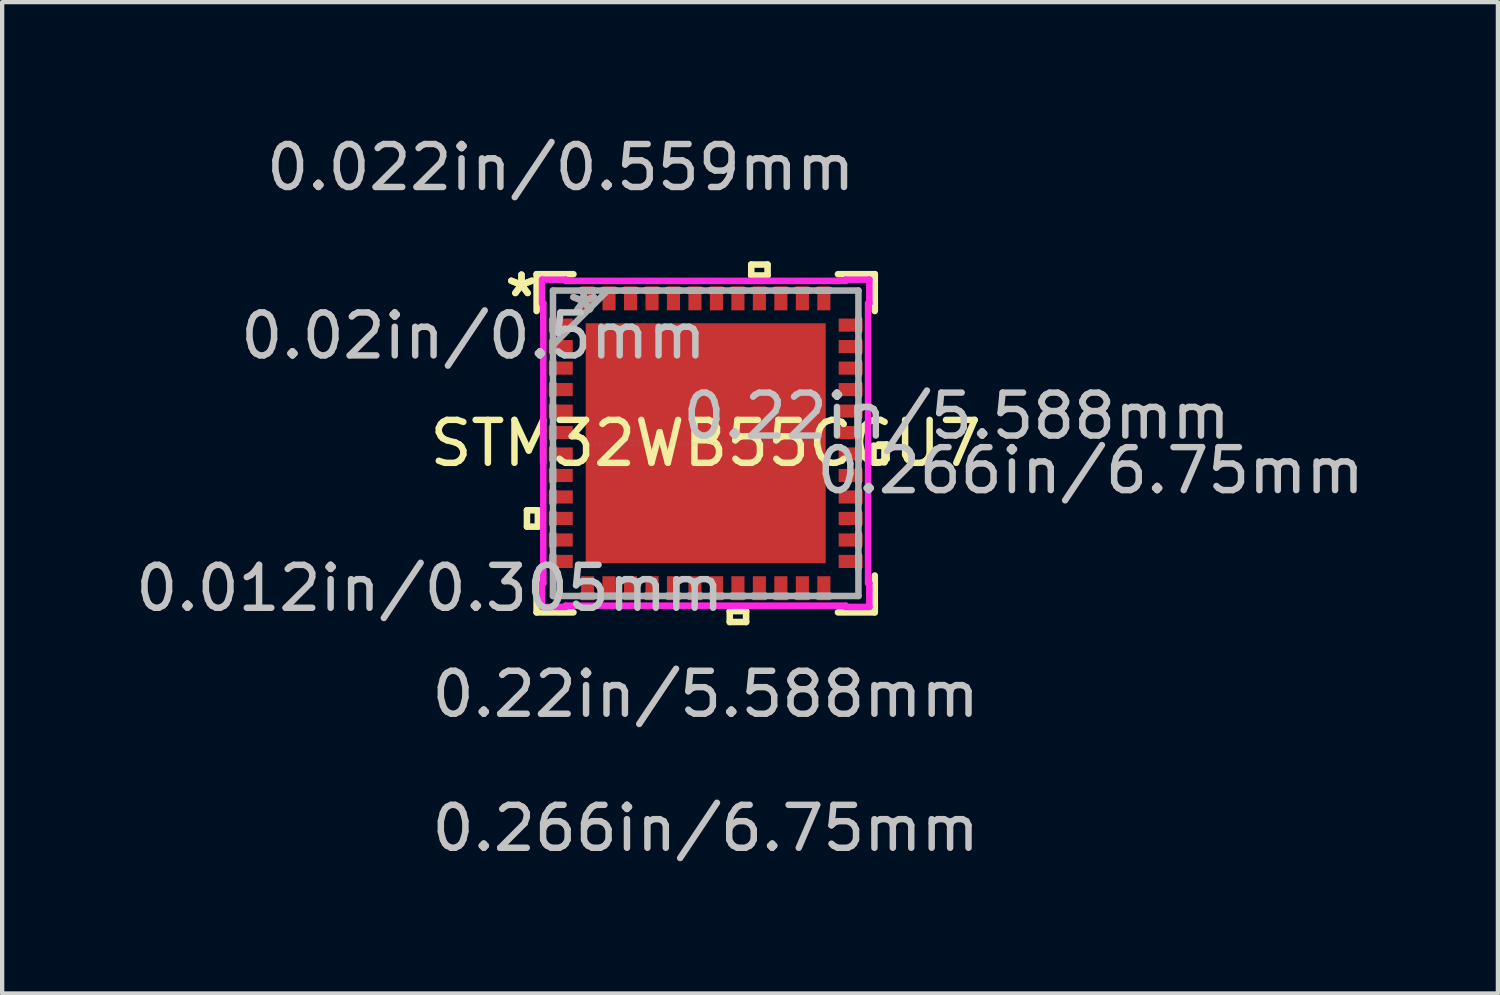
<source format=kicad_pcb>
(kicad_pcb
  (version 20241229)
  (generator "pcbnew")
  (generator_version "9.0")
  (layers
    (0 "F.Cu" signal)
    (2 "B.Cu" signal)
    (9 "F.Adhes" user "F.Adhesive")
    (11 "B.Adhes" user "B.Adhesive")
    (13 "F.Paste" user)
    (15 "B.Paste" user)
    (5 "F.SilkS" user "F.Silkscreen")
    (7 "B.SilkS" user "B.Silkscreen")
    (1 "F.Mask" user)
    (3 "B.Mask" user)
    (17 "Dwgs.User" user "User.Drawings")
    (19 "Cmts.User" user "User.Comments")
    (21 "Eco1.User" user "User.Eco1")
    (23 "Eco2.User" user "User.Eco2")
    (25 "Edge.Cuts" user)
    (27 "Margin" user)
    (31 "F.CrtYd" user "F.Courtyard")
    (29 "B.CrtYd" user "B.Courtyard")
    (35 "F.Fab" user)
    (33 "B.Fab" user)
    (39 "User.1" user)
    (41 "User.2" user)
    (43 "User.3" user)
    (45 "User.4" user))
  (footprint "STM32WB55CGU7"
    (layer "F.Cu")
    (at 13.381 7.271)
    (property "Reference" "STM32WB55CGU7" (at 0 0 0) (layer "F.SilkS") (effects (font (size 1 1) (thickness 0.15))))
    (attr through_hole)
    (fp_line (start -3.654 -2.903) (end -3.654 -2.598) (stroke (width 0.152) (type solid)) (layer "F.Mask"))
    (fp_line (start -3.654 -2.598) (end -3.096 -2.598) (stroke (width 0.152) (type solid)) (layer "F.Mask"))
    (fp_line (start -3.654 -2.403) (end -3.654 -2.098) (stroke (width 0.152) (type solid)) (layer "F.Mask"))
    (fp_line (start -3.654 -2.098) (end -3.096 -2.098) (stroke (width 0.152) (type solid)) (layer "F.Mask"))
    (fp_line (start -3.654 -1.903) (end -3.654 -1.598) (stroke (width 0.152) (type solid)) (layer "F.Mask"))
    (fp_line (start -3.654 -1.598) (end -3.096 -1.598) (stroke (width 0.152) (type solid)) (layer "F.Mask"))
    (fp_line (start -3.654 -1.403) (end -3.654 -1.098) (stroke (width 0.152) (type solid)) (layer "F.Mask"))
    (fp_line (start -3.654 -1.098) (end -3.096 -1.098) (stroke (width 0.152) (type solid)) (layer "F.Mask"))
    (fp_line (start -3.654 -0.903) (end -3.654 -0.598) (stroke (width 0.152) (type solid)) (layer "F.Mask"))
    (fp_line (start -3.654 -0.598) (end -3.096 -0.598) (stroke (width 0.152) (type solid)) (layer "F.Mask"))
    (fp_line (start -3.654 -0.402) (end -3.654 -0.098) (stroke (width 0.152) (type solid)) (layer "F.Mask"))
    (fp_line (start -3.654 -0.098) (end -3.096 -0.098) (stroke (width 0.152) (type solid)) (layer "F.Mask"))
    (fp_line (start -3.654 0.098) (end -3.654 0.402) (stroke (width 0.152) (type solid)) (layer "F.Mask"))
    (fp_line (start -3.654 0.402) (end -3.096 0.402) (stroke (width 0.152) (type solid)) (layer "F.Mask"))
    (fp_line (start -3.654 0.598) (end -3.654 0.903) (stroke (width 0.152) (type solid)) (layer "F.Mask"))
    (fp_line (start -3.654 0.903) (end -3.096 0.903) (stroke (width 0.152) (type solid)) (layer "F.Mask"))
    (fp_line (start -3.654 1.098) (end -3.654 1.403) (stroke (width 0.152) (type solid)) (layer "F.Mask"))
    (fp_line (start -3.654 1.403) (end -3.096 1.403) (stroke (width 0.152) (type solid)) (layer "F.Mask"))
    (fp_line (start -3.654 1.598) (end -3.654 1.903) (stroke (width 0.152) (type solid)) (layer "F.Mask"))
    (fp_line (start -3.654 1.903) (end -3.096 1.903) (stroke (width 0.152) (type solid)) (layer "F.Mask"))
    (fp_line (start -3.654 2.098) (end -3.654 2.403) (stroke (width 0.152) (type solid)) (layer "F.Mask"))
    (fp_line (start -3.654 2.403) (end -3.096 2.403) (stroke (width 0.152) (type solid)) (layer "F.Mask"))
    (fp_line (start -3.654 2.598) (end -3.654 2.903) (stroke (width 0.152) (type solid)) (layer "F.Mask"))
    (fp_line (start -3.654 2.903) (end -3.096 2.903) (stroke (width 0.152) (type solid)) (layer "F.Mask"))
    (fp_line (start -3.096 -2.903) (end -3.654 -2.903) (stroke (width 0.152) (type solid)) (layer "F.Mask"))
    (fp_line (start -3.096 -2.598) (end -3.096 -2.903) (stroke (width 0.152) (type solid)) (layer "F.Mask"))
    (fp_line (start -3.096 -2.403) (end -3.654 -2.403) (stroke (width 0.152) (type solid)) (layer "F.Mask"))
    (fp_line (start -3.096 -2.098) (end -3.096 -2.403) (stroke (width 0.152) (type solid)) (layer "F.Mask"))
    (fp_line (start -3.096 -1.903) (end -3.654 -1.903) (stroke (width 0.152) (type solid)) (layer "F.Mask"))
    (fp_line (start -3.096 -1.598) (end -3.096 -1.903) (stroke (width 0.152) (type solid)) (layer "F.Mask"))
    (fp_line (start -3.096 -1.403) (end -3.654 -1.403) (stroke (width 0.152) (type solid)) (layer "F.Mask"))
    (fp_line (start -3.096 -1.098) (end -3.096 -1.403) (stroke (width 0.152) (type solid)) (layer "F.Mask"))
    (fp_line (start -3.096 -0.903) (end -3.654 -0.903) (stroke (width 0.152) (type solid)) (layer "F.Mask"))
    (fp_line (start -3.096 -0.598) (end -3.096 -0.903) (stroke (width 0.152) (type solid)) (layer "F.Mask"))
    (fp_line (start -3.096 -0.402) (end -3.654 -0.402) (stroke (width 0.152) (type solid)) (layer "F.Mask"))
    (fp_line (start -3.096 -0.098) (end -3.096 -0.402) (stroke (width 0.152) (type solid)) (layer "F.Mask"))
    (fp_line (start -3.096 0.098) (end -3.654 0.098) (stroke (width 0.152) (type solid)) (layer "F.Mask"))
    (fp_line (start -3.096 0.402) (end -3.096 0.098) (stroke (width 0.152) (type solid)) (layer "F.Mask"))
    (fp_line (start -3.096 0.598) (end -3.654 0.598) (stroke (width 0.152) (type solid)) (layer "F.Mask"))
    (fp_line (start -3.096 0.903) (end -3.096 0.598) (stroke (width 0.152) (type solid)) (layer "F.Mask"))
    (fp_line (start -3.096 1.098) (end -3.654 1.098) (stroke (width 0.152) (type solid)) (layer "F.Mask"))
    (fp_line (start -3.096 1.403) (end -3.096 1.098) (stroke (width 0.152) (type solid)) (layer "F.Mask"))
    (fp_line (start -3.096 1.598) (end -3.654 1.598) (stroke (width 0.152) (type solid)) (layer "F.Mask"))
    (fp_line (start -3.096 1.903) (end -3.096 1.598) (stroke (width 0.152) (type solid)) (layer "F.Mask"))
    (fp_line (start -3.096 2.098) (end -3.654 2.098) (stroke (width 0.152) (type solid)) (layer "F.Mask"))
    (fp_line (start -3.096 2.403) (end -3.096 2.098) (stroke (width 0.152) (type solid)) (layer "F.Mask"))
    (fp_line (start -3.096 2.598) (end -3.654 2.598) (stroke (width 0.152) (type solid)) (layer "F.Mask"))
    (fp_line (start -3.096 2.903) (end -3.096 2.598) (stroke (width 0.152) (type solid)) (layer "F.Mask"))
    (fp_line (start -2.903 -3.654) (end -2.903 -3.096) (stroke (width 0.152) (type solid)) (layer "F.Mask"))
    (fp_line (start -2.903 -3.096) (end -2.598 -3.096) (stroke (width 0.152) (type solid)) (layer "F.Mask"))
    (fp_line (start -2.903 3.096) (end -2.903 3.654) (stroke (width 0.152) (type solid)) (layer "F.Mask"))
    (fp_line (start -2.903 3.654) (end -2.598 3.654) (stroke (width 0.152) (type solid)) (layer "F.Mask"))
    (fp_line (start -2.598 -3.654) (end -2.903 -3.654) (stroke (width 0.152) (type solid)) (layer "F.Mask"))
    (fp_line (start -2.598 -3.096) (end -2.598 -3.654) (stroke (width 0.152) (type solid)) (layer "F.Mask"))
    (fp_line (start -2.598 3.096) (end -2.903 3.096) (stroke (width 0.152) (type solid)) (layer "F.Mask"))
    (fp_line (start -2.598 3.654) (end -2.598 3.096) (stroke (width 0.152) (type solid)) (layer "F.Mask"))
    (fp_line (start -2.403 -3.654) (end -2.403 -3.096) (stroke (width 0.152) (type solid)) (layer "F.Mask"))
    (fp_line (start -2.403 -3.096) (end -2.098 -3.096) (stroke (width 0.152) (type solid)) (layer "F.Mask"))
    (fp_line (start -2.403 3.096) (end -2.403 3.654) (stroke (width 0.152) (type solid)) (layer "F.Mask"))
    (fp_line (start -2.403 3.654) (end -2.098 3.654) (stroke (width 0.152) (type solid)) (layer "F.Mask"))
    (fp_line (start -2.098 -3.654) (end -2.403 -3.654) (stroke (width 0.152) (type solid)) (layer "F.Mask"))
    (fp_line (start -2.098 -3.096) (end -2.098 -3.654) (stroke (width 0.152) (type solid)) (layer "F.Mask"))
    (fp_line (start -2.098 3.096) (end -2.403 3.096) (stroke (width 0.152) (type solid)) (layer "F.Mask"))
    (fp_line (start -2.098 3.654) (end -2.098 3.096) (stroke (width 0.152) (type solid)) (layer "F.Mask"))
    (fp_line (start -1.903 -3.654) (end -1.903 -3.096) (stroke (width 0.152) (type solid)) (layer "F.Mask"))
    (fp_line (start -1.903 -3.096) (end -1.598 -3.096) (stroke (width 0.152) (type solid)) (layer "F.Mask"))
    (fp_line (start -1.903 3.096) (end -1.903 3.654) (stroke (width 0.152) (type solid)) (layer "F.Mask"))
    (fp_line (start -1.903 3.654) (end -1.598 3.654) (stroke (width 0.152) (type solid)) (layer "F.Mask"))
    (fp_line (start -1.598 -3.654) (end -1.903 -3.654) (stroke (width 0.152) (type solid)) (layer "F.Mask"))
    (fp_line (start -1.598 -3.096) (end -1.598 -3.654) (stroke (width 0.152) (type solid)) (layer "F.Mask"))
    (fp_line (start -1.598 3.096) (end -1.903 3.096) (stroke (width 0.152) (type solid)) (layer "F.Mask"))
    (fp_line (start -1.598 3.654) (end -1.598 3.096) (stroke (width 0.152) (type solid)) (layer "F.Mask"))
    (fp_line (start -1.403 -3.654) (end -1.403 -3.096) (stroke (width 0.152) (type solid)) (layer "F.Mask"))
    (fp_line (start -1.403 -3.096) (end -1.098 -3.096) (stroke (width 0.152) (type solid)) (layer "F.Mask"))
    (fp_line (start -1.403 3.096) (end -1.403 3.654) (stroke (width 0.152) (type solid)) (layer "F.Mask"))
    (fp_line (start -1.403 3.654) (end -1.098 3.654) (stroke (width 0.152) (type solid)) (layer "F.Mask"))
    (fp_line (start -1.098 -3.654) (end -1.403 -3.654) (stroke (width 0.152) (type solid)) (layer "F.Mask"))
    (fp_line (start -1.098 -3.096) (end -1.098 -3.654) (stroke (width 0.152) (type solid)) (layer "F.Mask"))
    (fp_line (start -1.098 3.096) (end -1.403 3.096) (stroke (width 0.152) (type solid)) (layer "F.Mask"))
    (fp_line (start -1.098 3.654) (end -1.098 3.096) (stroke (width 0.152) (type solid)) (layer "F.Mask"))
    (fp_line (start -0.903 -3.654) (end -0.903 -3.096) (stroke (width 0.152) (type solid)) (layer "F.Mask"))
    (fp_line (start -0.903 -3.096) (end -0.598 -3.096) (stroke (width 0.152) (type solid)) (layer "F.Mask"))
    (fp_line (start -0.903 3.096) (end -0.903 3.654) (stroke (width 0.152) (type solid)) (layer "F.Mask"))
    (fp_line (start -0.903 3.654) (end -0.598 3.654) (stroke (width 0.152) (type solid)) (layer "F.Mask"))
    (fp_line (start -0.598 -3.654) (end -0.903 -3.654) (stroke (width 0.152) (type solid)) (layer "F.Mask"))
    (fp_line (start -0.598 -3.096) (end -0.598 -3.654) (stroke (width 0.152) (type solid)) (layer "F.Mask"))
    (fp_line (start -0.598 3.096) (end -0.903 3.096) (stroke (width 0.152) (type solid)) (layer "F.Mask"))
    (fp_line (start -0.598 3.654) (end -0.598 3.096) (stroke (width 0.152) (type solid)) (layer "F.Mask"))
    (fp_line (start -0.402 -3.654) (end -0.402 -3.096) (stroke (width 0.152) (type solid)) (layer "F.Mask"))
    (fp_line (start -0.402 -3.096) (end -0.098 -3.096) (stroke (width 0.152) (type solid)) (layer "F.Mask"))
    (fp_line (start -0.402 3.096) (end -0.402 3.654) (stroke (width 0.152) (type solid)) (layer "F.Mask"))
    (fp_line (start -0.402 3.654) (end -0.098 3.654) (stroke (width 0.152) (type solid)) (layer "F.Mask"))
    (fp_line (start -0.098 -3.654) (end -0.402 -3.654) (stroke (width 0.152) (type solid)) (layer "F.Mask"))
    (fp_line (start -0.098 -3.096) (end -0.098 -3.654) (stroke (width 0.152) (type solid)) (layer "F.Mask"))
    (fp_line (start -0.098 3.096) (end -0.402 3.096) (stroke (width 0.152) (type solid)) (layer "F.Mask"))
    (fp_line (start -0.098 3.654) (end -0.098 3.096) (stroke (width 0.152) (type solid)) (layer "F.Mask"))
    (fp_line (start 0.098 -3.654) (end 0.098 -3.096) (stroke (width 0.152) (type solid)) (layer "F.Mask"))
    (fp_line (start 0.098 -3.096) (end 0.402 -3.096) (stroke (width 0.152) (type solid)) (layer "F.Mask"))
    (fp_line (start 0.098 3.096) (end 0.098 3.654) (stroke (width 0.152) (type solid)) (layer "F.Mask"))
    (fp_line (start 0.098 3.654) (end 0.402 3.654) (stroke (width 0.152) (type solid)) (layer "F.Mask"))
    (fp_line (start 0.402 -3.654) (end 0.098 -3.654) (stroke (width 0.152) (type solid)) (layer "F.Mask"))
    (fp_line (start 0.402 -3.096) (end 0.402 -3.654) (stroke (width 0.152) (type solid)) (layer "F.Mask"))
    (fp_line (start 0.402 3.096) (end 0.098 3.096) (stroke (width 0.152) (type solid)) (layer "F.Mask"))
    (fp_line (start 0.402 3.654) (end 0.402 3.096) (stroke (width 0.152) (type solid)) (layer "F.Mask"))
    (fp_line (start 0.598 -3.654) (end 0.598 -3.096) (stroke (width 0.152) (type solid)) (layer "F.Mask"))
    (fp_line (start 0.598 -3.096) (end 0.903 -3.096) (stroke (width 0.152) (type solid)) (layer "F.Mask"))
    (fp_line (start 0.598 3.096) (end 0.598 3.654) (stroke (width 0.152) (type solid)) (layer "F.Mask"))
    (fp_line (start 0.598 3.654) (end 0.903 3.654) (stroke (width 0.152) (type solid)) (layer "F.Mask"))
    (fp_line (start 0.903 -3.654) (end 0.598 -3.654) (stroke (width 0.152) (type solid)) (layer "F.Mask"))
    (fp_line (start 0.903 -3.096) (end 0.903 -3.654) (stroke (width 0.152) (type solid)) (layer "F.Mask"))
    (fp_line (start 0.903 3.096) (end 0.598 3.096) (stroke (width 0.152) (type solid)) (layer "F.Mask"))
    (fp_line (start 0.903 3.654) (end 0.903 3.096) (stroke (width 0.152) (type solid)) (layer "F.Mask"))
    (fp_line (start 1.098 -3.654) (end 1.098 -3.096) (stroke (width 0.152) (type solid)) (layer "F.Mask"))
    (fp_line (start 1.098 -3.096) (end 1.403 -3.096) (stroke (width 0.152) (type solid)) (layer "F.Mask"))
    (fp_line (start 1.098 3.096) (end 1.098 3.654) (stroke (width 0.152) (type solid)) (layer "F.Mask"))
    (fp_line (start 1.098 3.654) (end 1.403 3.654) (stroke (width 0.152) (type solid)) (layer "F.Mask"))
    (fp_line (start 1.403 -3.654) (end 1.098 -3.654) (stroke (width 0.152) (type solid)) (layer "F.Mask"))
    (fp_line (start 1.403 -3.096) (end 1.403 -3.654) (stroke (width 0.152) (type solid)) (layer "F.Mask"))
    (fp_line (start 1.403 3.096) (end 1.098 3.096) (stroke (width 0.152) (type solid)) (layer "F.Mask"))
    (fp_line (start 1.403 3.654) (end 1.403 3.096) (stroke (width 0.152) (type solid)) (layer "F.Mask"))
    (fp_line (start 1.598 -3.654) (end 1.598 -3.096) (stroke (width 0.152) (type solid)) (layer "F.Mask"))
    (fp_line (start 1.598 -3.096) (end 1.903 -3.096) (stroke (width 0.152) (type solid)) (layer "F.Mask"))
    (fp_line (start 1.598 3.096) (end 1.598 3.654) (stroke (width 0.152) (type solid)) (layer "F.Mask"))
    (fp_line (start 1.598 3.654) (end 1.903 3.654) (stroke (width 0.152) (type solid)) (layer "F.Mask"))
    (fp_line (start 1.903 -3.654) (end 1.598 -3.654) (stroke (width 0.152) (type solid)) (layer "F.Mask"))
    (fp_line (start 1.903 -3.096) (end 1.903 -3.654) (stroke (width 0.152) (type solid)) (layer "F.Mask"))
    (fp_line (start 1.903 3.096) (end 1.598 3.096) (stroke (width 0.152) (type solid)) (layer "F.Mask"))
    (fp_line (start 1.903 3.654) (end 1.903 3.096) (stroke (width 0.152) (type solid)) (layer "F.Mask"))
    (fp_line (start 2.098 -3.654) (end 2.098 -3.096) (stroke (width 0.152) (type solid)) (layer "F.Mask"))
    (fp_line (start 2.098 -3.096) (end 2.403 -3.096) (stroke (width 0.152) (type solid)) (layer "F.Mask"))
    (fp_line (start 2.098 3.096) (end 2.098 3.654) (stroke (width 0.152) (type solid)) (layer "F.Mask"))
    (fp_line (start 2.098 3.654) (end 2.403 3.654) (stroke (width 0.152) (type solid)) (layer "F.Mask"))
    (fp_line (start 2.403 -3.654) (end 2.098 -3.654) (stroke (width 0.152) (type solid)) (layer "F.Mask"))
    (fp_line (start 2.403 -3.096) (end 2.403 -3.654) (stroke (width 0.152) (type solid)) (layer "F.Mask"))
    (fp_line (start 2.403 3.096) (end 2.098 3.096) (stroke (width 0.152) (type solid)) (layer "F.Mask"))
    (fp_line (start 2.403 3.654) (end 2.403 3.096) (stroke (width 0.152) (type solid)) (layer "F.Mask"))
    (fp_line (start 2.598 -3.654) (end 2.598 -3.096) (stroke (width 0.152) (type solid)) (layer "F.Mask"))
    (fp_line (start 2.598 -3.096) (end 2.903 -3.096) (stroke (width 0.152) (type solid)) (layer "F.Mask"))
    (fp_line (start 2.598 3.096) (end 2.598 3.654) (stroke (width 0.152) (type solid)) (layer "F.Mask"))
    (fp_line (start 2.598 3.654) (end 2.903 3.654) (stroke (width 0.152) (type solid)) (layer "F.Mask"))
    (fp_line (start 2.903 -3.654) (end 2.598 -3.654) (stroke (width 0.152) (type solid)) (layer "F.Mask"))
    (fp_line (start 2.903 -3.096) (end 2.903 -3.654) (stroke (width 0.152) (type solid)) (layer "F.Mask"))
    (fp_line (start 2.903 3.096) (end 2.598 3.096) (stroke (width 0.152) (type solid)) (layer "F.Mask"))
    (fp_line (start 2.903 3.654) (end 2.903 3.096) (stroke (width 0.152) (type solid)) (layer "F.Mask"))
    (fp_line (start 3.096 -2.903) (end 3.096 -2.598) (stroke (width 0.152) (type solid)) (layer "F.Mask"))
    (fp_line (start 3.096 -2.598) (end 3.654 -2.598) (stroke (width 0.152) (type solid)) (layer "F.Mask"))
    (fp_line (start 3.096 -2.403) (end 3.096 -2.098) (stroke (width 0.152) (type solid)) (layer "F.Mask"))
    (fp_line (start 3.096 -2.098) (end 3.654 -2.098) (stroke (width 0.152) (type solid)) (layer "F.Mask"))
    (fp_line (start 3.096 -1.903) (end 3.096 -1.598) (stroke (width 0.152) (type solid)) (layer "F.Mask"))
    (fp_line (start 3.096 -1.598) (end 3.654 -1.598) (stroke (width 0.152) (type solid)) (layer "F.Mask"))
    (fp_line (start 3.096 -1.403) (end 3.096 -1.098) (stroke (width 0.152) (type solid)) (layer "F.Mask"))
    (fp_line (start 3.096 -1.098) (end 3.654 -1.098) (stroke (width 0.152) (type solid)) (layer "F.Mask"))
    (fp_line (start 3.096 -0.903) (end 3.096 -0.598) (stroke (width 0.152) (type solid)) (layer "F.Mask"))
    (fp_line (start 3.096 -0.598) (end 3.654 -0.598) (stroke (width 0.152) (type solid)) (layer "F.Mask"))
    (fp_line (start 3.096 -0.402) (end 3.096 -0.098) (stroke (width 0.152) (type solid)) (layer "F.Mask"))
    (fp_line (start 3.096 -0.098) (end 3.654 -0.098) (stroke (width 0.152) (type solid)) (layer "F.Mask"))
    (fp_line (start 3.096 0.098) (end 3.096 0.402) (stroke (width 0.152) (type solid)) (layer "F.Mask"))
    (fp_line (start 3.096 0.402) (end 3.654 0.402) (stroke (width 0.152) (type solid)) (layer "F.Mask"))
    (fp_line (start 3.096 0.598) (end 3.096 0.903) (stroke (width 0.152) (type solid)) (layer "F.Mask"))
    (fp_line (start 3.096 0.903) (end 3.654 0.903) (stroke (width 0.152) (type solid)) (layer "F.Mask"))
    (fp_line (start 3.096 1.098) (end 3.096 1.403) (stroke (width 0.152) (type solid)) (layer "F.Mask"))
    (fp_line (start 3.096 1.403) (end 3.654 1.403) (stroke (width 0.152) (type solid)) (layer "F.Mask"))
    (fp_line (start 3.096 1.598) (end 3.096 1.903) (stroke (width 0.152) (type solid)) (layer "F.Mask"))
    (fp_line (start 3.096 1.903) (end 3.654 1.903) (stroke (width 0.152) (type solid)) (layer "F.Mask"))
    (fp_line (start 3.096 2.098) (end 3.096 2.403) (stroke (width 0.152) (type solid)) (layer "F.Mask"))
    (fp_line (start 3.096 2.403) (end 3.654 2.403) (stroke (width 0.152) (type solid)) (layer "F.Mask"))
    (fp_line (start 3.096 2.598) (end 3.096 2.903) (stroke (width 0.152) (type solid)) (layer "F.Mask"))
    (fp_line (start 3.096 2.903) (end 3.654 2.903) (stroke (width 0.152) (type solid)) (layer "F.Mask"))
    (fp_line (start 3.654 -2.903) (end 3.096 -2.903) (stroke (width 0.152) (type solid)) (layer "F.Mask"))
    (fp_line (start 3.654 -2.598) (end 3.654 -2.903) (stroke (width 0.152) (type solid)) (layer "F.Mask"))
    (fp_line (start 3.654 -2.403) (end 3.096 -2.403) (stroke (width 0.152) (type solid)) (layer "F.Mask"))
    (fp_line (start 3.654 -2.098) (end 3.654 -2.403) (stroke (width 0.152) (type solid)) (layer "F.Mask"))
    (fp_line (start 3.654 -1.903) (end 3.096 -1.903) (stroke (width 0.152) (type solid)) (layer "F.Mask"))
    (fp_line (start 3.654 -1.598) (end 3.654 -1.903) (stroke (width 0.152) (type solid)) (layer "F.Mask"))
    (fp_line (start 3.654 -1.403) (end 3.096 -1.403) (stroke (width 0.152) (type solid)) (layer "F.Mask"))
    (fp_line (start 3.654 -1.098) (end 3.654 -1.403) (stroke (width 0.152) (type solid)) (layer "F.Mask"))
    (fp_line (start 3.654 -0.903) (end 3.096 -0.903) (stroke (width 0.152) (type solid)) (layer "F.Mask"))
    (fp_line (start 3.654 -0.598) (end 3.654 -0.903) (stroke (width 0.152) (type solid)) (layer "F.Mask"))
    (fp_line (start 3.654 -0.402) (end 3.096 -0.402) (stroke (width 0.152) (type solid)) (layer "F.Mask"))
    (fp_line (start 3.654 -0.098) (end 3.654 -0.402) (stroke (width 0.152) (type solid)) (layer "F.Mask"))
    (fp_line (start 3.654 0.098) (end 3.096 0.098) (stroke (width 0.152) (type solid)) (layer "F.Mask"))
    (fp_line (start 3.654 0.402) (end 3.654 0.098) (stroke (width 0.152) (type solid)) (layer "F.Mask"))
    (fp_line (start 3.654 0.598) (end 3.096 0.598) (stroke (width 0.152) (type solid)) (layer "F.Mask"))
    (fp_line (start 3.654 0.903) (end 3.654 0.598) (stroke (width 0.152) (type solid)) (layer "F.Mask"))
    (fp_line (start 3.654 1.098) (end 3.096 1.098) (stroke (width 0.152) (type solid)) (layer "F.Mask"))
    (fp_line (start 3.654 1.403) (end 3.654 1.098) (stroke (width 0.152) (type solid)) (layer "F.Mask"))
    (fp_line (start 3.654 1.598) (end 3.096 1.598) (stroke (width 0.152) (type solid)) (layer "F.Mask"))
    (fp_line (start 3.654 1.903) (end 3.654 1.598) (stroke (width 0.152) (type solid)) (layer "F.Mask"))
    (fp_line (start 3.654 2.098) (end 3.096 2.098) (stroke (width 0.152) (type solid)) (layer "F.Mask"))
    (fp_line (start 3.654 2.403) (end 3.654 2.098) (stroke (width 0.152) (type solid)) (layer "F.Mask"))
    (fp_line (start 3.654 2.598) (end 3.096 2.598) (stroke (width 0.152) (type solid)) (layer "F.Mask"))
    (fp_line (start 3.654 2.903) (end 3.654 2.598) (stroke (width 0.152) (type solid)) (layer "F.Mask"))
    (fp_line (start -4.162 1.56) (end -4.162 1.941) (stroke (width 0.152) (type solid)) (layer "F.SilkS"))
    (fp_line (start -4.162 1.941) (end -3.908 1.941) (stroke (width 0.152) (type solid)) (layer "F.SilkS"))
    (fp_line (start -3.937 -3.937) (end -3.937 -3.079) (stroke (width 0.152) (type solid)) (layer "F.SilkS"))
    (fp_line (start -3.937 3.079) (end -3.937 3.937) (stroke (width 0.152) (type solid)) (layer "F.SilkS"))
    (fp_line (start -3.937 3.937) (end -3.079 3.937) (stroke (width 0.152) (type solid)) (layer "F.SilkS"))
    (fp_line (start -3.908 1.56) (end -4.162 1.56) (stroke (width 0.152) (type solid)) (layer "F.SilkS"))
    (fp_line (start -3.908 1.941) (end -3.908 1.56) (stroke (width 0.152) (type solid)) (layer "F.SilkS"))
    (fp_line (start -3.079 -3.937) (end -3.937 -3.937) (stroke (width 0.152) (type solid)) (layer "F.SilkS"))
    (fp_line (start 0.56 3.908) (end 0.56 4.162) (stroke (width 0.152) (type solid)) (layer "F.SilkS"))
    (fp_line (start 0.56 4.162) (end 0.941 4.162) (stroke (width 0.152) (type solid)) (layer "F.SilkS"))
    (fp_line (start 0.941 3.908) (end 0.56 3.908) (stroke (width 0.152) (type solid)) (layer "F.SilkS"))
    (fp_line (start 0.941 4.162) (end 0.941 3.908) (stroke (width 0.152) (type solid)) (layer "F.SilkS"))
    (fp_line (start 1.06 -4.162) (end 1.441 -4.162) (stroke (width 0.152) (type solid)) (layer "F.SilkS"))
    (fp_line (start 1.06 -3.908) (end 1.06 -4.162) (stroke (width 0.152) (type solid)) (layer "F.SilkS"))
    (fp_line (start 1.441 -4.162) (end 1.441 -3.908) (stroke (width 0.152) (type solid)) (layer "F.SilkS"))
    (fp_line (start 1.441 -3.908) (end 1.06 -3.908) (stroke (width 0.152) (type solid)) (layer "F.SilkS"))
    (fp_line (start 3.079 3.937) (end 3.937 3.937) (stroke (width 0.152) (type solid)) (layer "F.SilkS"))
    (fp_line (start 3.908 0.06) (end 4.162 0.06) (stroke (width 0.152) (type solid)) (layer "F.SilkS"))
    (fp_line (start 3.908 0.441) (end 3.908 0.06) (stroke (width 0.152) (type solid)) (layer "F.SilkS"))
    (fp_line (start 3.937 -3.937) (end 3.079 -3.937) (stroke (width 0.152) (type solid)) (layer "F.SilkS"))
    (fp_line (start 3.937 -3.079) (end 3.937 -3.937) (stroke (width 0.152) (type solid)) (layer "F.SilkS"))
    (fp_line (start 3.937 3.937) (end 3.937 3.079) (stroke (width 0.152) (type solid)) (layer "F.SilkS"))
    (fp_line (start 4.162 0.06) (end 4.162 0.441) (stroke (width 0.152) (type solid)) (layer "F.SilkS"))
    (fp_line (start 4.162 0.441) (end 3.908 0.441) (stroke (width 0.152) (type solid)) (layer "F.SilkS"))
    (fp_line (start -3.654 -2.903) (end -3.654 -2.598) (stroke (width 0.152) (type solid)) (layer "F.Paste"))
    (fp_line (start -3.654 -2.598) (end -3.096 -2.598) (stroke (width 0.152) (type solid)) (layer "F.Paste"))
    (fp_line (start -3.654 -2.403) (end -3.654 -2.098) (stroke (width 0.152) (type solid)) (layer "F.Paste"))
    (fp_line (start -3.654 -2.098) (end -3.096 -2.098) (stroke (width 0.152) (type solid)) (layer "F.Paste"))
    (fp_line (start -3.654 -1.903) (end -3.654 -1.598) (stroke (width 0.152) (type solid)) (layer "F.Paste"))
    (fp_line (start -3.654 -1.598) (end -3.096 -1.598) (stroke (width 0.152) (type solid)) (layer "F.Paste"))
    (fp_line (start -3.654 -1.403) (end -3.654 -1.098) (stroke (width 0.152) (type solid)) (layer "F.Paste"))
    (fp_line (start -3.654 -1.098) (end -3.096 -1.098) (stroke (width 0.152) (type solid)) (layer "F.Paste"))
    (fp_line (start -3.654 -0.903) (end -3.654 -0.598) (stroke (width 0.152) (type solid)) (layer "F.Paste"))
    (fp_line (start -3.654 -0.598) (end -3.096 -0.598) (stroke (width 0.152) (type solid)) (layer "F.Paste"))
    (fp_line (start -3.654 -0.402) (end -3.654 -0.098) (stroke (width 0.152) (type solid)) (layer "F.Paste"))
    (fp_line (start -3.654 -0.098) (end -3.096 -0.098) (stroke (width 0.152) (type solid)) (layer "F.Paste"))
    (fp_line (start -3.654 0.098) (end -3.654 0.402) (stroke (width 0.152) (type solid)) (layer "F.Paste"))
    (fp_line (start -3.654 0.402) (end -3.096 0.402) (stroke (width 0.152) (type solid)) (layer "F.Paste"))
    (fp_line (start -3.654 0.598) (end -3.654 0.903) (stroke (width 0.152) (type solid)) (layer "F.Paste"))
    (fp_line (start -3.654 0.903) (end -3.096 0.903) (stroke (width 0.152) (type solid)) (layer "F.Paste"))
    (fp_line (start -3.654 1.098) (end -3.654 1.403) (stroke (width 0.152) (type solid)) (layer "F.Paste"))
    (fp_line (start -3.654 1.403) (end -3.096 1.403) (stroke (width 0.152) (type solid)) (layer "F.Paste"))
    (fp_line (start -3.654 1.598) (end -3.654 1.903) (stroke (width 0.152) (type solid)) (layer "F.Paste"))
    (fp_line (start -3.654 1.903) (end -3.096 1.903) (stroke (width 0.152) (type solid)) (layer "F.Paste"))
    (fp_line (start -3.654 2.098) (end -3.654 2.403) (stroke (width 0.152) (type solid)) (layer "F.Paste"))
    (fp_line (start -3.654 2.403) (end -3.096 2.403) (stroke (width 0.152) (type solid)) (layer "F.Paste"))
    (fp_line (start -3.654 2.598) (end -3.654 2.903) (stroke (width 0.152) (type solid)) (layer "F.Paste"))
    (fp_line (start -3.654 2.903) (end -3.096 2.903) (stroke (width 0.152) (type solid)) (layer "F.Paste"))
    (fp_line (start -3.096 -2.903) (end -3.654 -2.903) (stroke (width 0.152) (type solid)) (layer "F.Paste"))
    (fp_line (start -3.096 -2.598) (end -3.096 -2.903) (stroke (width 0.152) (type solid)) (layer "F.Paste"))
    (fp_line (start -3.096 -2.403) (end -3.654 -2.403) (stroke (width 0.152) (type solid)) (layer "F.Paste"))
    (fp_line (start -3.096 -2.098) (end -3.096 -2.403) (stroke (width 0.152) (type solid)) (layer "F.Paste"))
    (fp_line (start -3.096 -1.903) (end -3.654 -1.903) (stroke (width 0.152) (type solid)) (layer "F.Paste"))
    (fp_line (start -3.096 -1.598) (end -3.096 -1.903) (stroke (width 0.152) (type solid)) (layer "F.Paste"))
    (fp_line (start -3.096 -1.403) (end -3.654 -1.403) (stroke (width 0.152) (type solid)) (layer "F.Paste"))
    (fp_line (start -3.096 -1.098) (end -3.096 -1.403) (stroke (width 0.152) (type solid)) (layer "F.Paste"))
    (fp_line (start -3.096 -0.903) (end -3.654 -0.903) (stroke (width 0.152) (type solid)) (layer "F.Paste"))
    (fp_line (start -3.096 -0.598) (end -3.096 -0.903) (stroke (width 0.152) (type solid)) (layer "F.Paste"))
    (fp_line (start -3.096 -0.402) (end -3.654 -0.402) (stroke (width 0.152) (type solid)) (layer "F.Paste"))
    (fp_line (start -3.096 -0.098) (end -3.096 -0.402) (stroke (width 0.152) (type solid)) (layer "F.Paste"))
    (fp_line (start -3.096 0.098) (end -3.654 0.098) (stroke (width 0.152) (type solid)) (layer "F.Paste"))
    (fp_line (start -3.096 0.402) (end -3.096 0.098) (stroke (width 0.152) (type solid)) (layer "F.Paste"))
    (fp_line (start -3.096 0.598) (end -3.654 0.598) (stroke (width 0.152) (type solid)) (layer "F.Paste"))
    (fp_line (start -3.096 0.903) (end -3.096 0.598) (stroke (width 0.152) (type solid)) (layer "F.Paste"))
    (fp_line (start -3.096 1.098) (end -3.654 1.098) (stroke (width 0.152) (type solid)) (layer "F.Paste"))
    (fp_line (start -3.096 1.403) (end -3.096 1.098) (stroke (width 0.152) (type solid)) (layer "F.Paste"))
    (fp_line (start -3.096 1.598) (end -3.654 1.598) (stroke (width 0.152) (type solid)) (layer "F.Paste"))
    (fp_line (start -3.096 1.903) (end -3.096 1.598) (stroke (width 0.152) (type solid)) (layer "F.Paste"))
    (fp_line (start -3.096 2.098) (end -3.654 2.098) (stroke (width 0.152) (type solid)) (layer "F.Paste"))
    (fp_line (start -3.096 2.403) (end -3.096 2.098) (stroke (width 0.152) (type solid)) (layer "F.Paste"))
    (fp_line (start -3.096 2.598) (end -3.654 2.598) (stroke (width 0.152) (type solid)) (layer "F.Paste"))
    (fp_line (start -3.096 2.903) (end -3.096 2.598) (stroke (width 0.152) (type solid)) (layer "F.Paste"))
    (fp_line (start -2.903 -3.654) (end -2.903 -3.096) (stroke (width 0.152) (type solid)) (layer "F.Paste"))
    (fp_line (start -2.903 -3.096) (end -2.598 -3.096) (stroke (width 0.152) (type solid)) (layer "F.Paste"))
    (fp_line (start -2.903 3.096) (end -2.903 3.654) (stroke (width 0.152) (type solid)) (layer "F.Paste"))
    (fp_line (start -2.903 3.654) (end -2.598 3.654) (stroke (width 0.152) (type solid)) (layer "F.Paste"))
    (fp_line (start -2.694 -2.694) (end -2.694 -1.497) (stroke (width 0.152) (type solid)) (layer "F.Paste"))
    (fp_line (start -2.694 -1.497) (end -1.497 -1.497) (stroke (width 0.152) (type solid)) (layer "F.Paste"))
    (fp_line (start -2.694 -1.297) (end -2.694 -0.1) (stroke (width 0.152) (type solid)) (layer "F.Paste"))
    (fp_line (start -2.694 -0.1) (end -1.497 -0.1) (stroke (width 0.152) (type solid)) (layer "F.Paste"))
    (fp_line (start -2.694 0.1) (end -2.694 1.297) (stroke (width 0.152) (type solid)) (layer "F.Paste"))
    (fp_line (start -2.694 1.297) (end -1.497 1.297) (stroke (width 0.152) (type solid)) (layer "F.Paste"))
    (fp_line (start -2.694 1.497) (end -2.694 2.694) (stroke (width 0.152) (type solid)) (layer "F.Paste"))
    (fp_line (start -2.694 2.694) (end -1.497 2.694) (stroke (width 0.152) (type solid)) (layer "F.Paste"))
    (fp_line (start -2.598 -3.654) (end -2.903 -3.654) (stroke (width 0.152) (type solid)) (layer "F.Paste"))
    (fp_line (start -2.598 -3.096) (end -2.598 -3.654) (stroke (width 0.152) (type solid)) (layer "F.Paste"))
    (fp_line (start -2.598 3.096) (end -2.903 3.096) (stroke (width 0.152) (type solid)) (layer "F.Paste"))
    (fp_line (start -2.598 3.654) (end -2.598 3.096) (stroke (width 0.152) (type solid)) (layer "F.Paste"))
    (fp_line (start -2.403 -3.654) (end -2.403 -3.096) (stroke (width 0.152) (type solid)) (layer "F.Paste"))
    (fp_line (start -2.403 -3.096) (end -2.098 -3.096) (stroke (width 0.152) (type solid)) (layer "F.Paste"))
    (fp_line (start -2.403 3.096) (end -2.403 3.654) (stroke (width 0.152) (type solid)) (layer "F.Paste"))
    (fp_line (start -2.403 3.654) (end -2.098 3.654) (stroke (width 0.152) (type solid)) (layer "F.Paste"))
    (fp_line (start -2.098 -3.654) (end -2.403 -3.654) (stroke (width 0.152) (type solid)) (layer "F.Paste"))
    (fp_line (start -2.098 -3.096) (end -2.098 -3.654) (stroke (width 0.152) (type solid)) (layer "F.Paste"))
    (fp_line (start -2.098 3.096) (end -2.403 3.096) (stroke (width 0.152) (type solid)) (layer "F.Paste"))
    (fp_line (start -2.098 3.654) (end -2.098 3.096) (stroke (width 0.152) (type solid)) (layer "F.Paste"))
    (fp_line (start -1.903 -3.654) (end -1.903 -3.096) (stroke (width 0.152) (type solid)) (layer "F.Paste"))
    (fp_line (start -1.903 -3.096) (end -1.598 -3.096) (stroke (width 0.152) (type solid)) (layer "F.Paste"))
    (fp_line (start -1.903 3.096) (end -1.903 3.654) (stroke (width 0.152) (type solid)) (layer "F.Paste"))
    (fp_line (start -1.903 3.654) (end -1.598 3.654) (stroke (width 0.152) (type solid)) (layer "F.Paste"))
    (fp_line (start -1.598 -3.654) (end -1.903 -3.654) (stroke (width 0.152) (type solid)) (layer "F.Paste"))
    (fp_line (start -1.598 -3.096) (end -1.598 -3.654) (stroke (width 0.152) (type solid)) (layer "F.Paste"))
    (fp_line (start -1.598 3.096) (end -1.903 3.096) (stroke (width 0.152) (type solid)) (layer "F.Paste"))
    (fp_line (start -1.598 3.654) (end -1.598 3.096) (stroke (width 0.152) (type solid)) (layer "F.Paste"))
    (fp_line (start -1.497 -2.694) (end -2.694 -2.694) (stroke (width 0.152) (type solid)) (layer "F.Paste"))
    (fp_line (start -1.497 -1.497) (end -1.497 -2.694) (stroke (width 0.152) (type solid)) (layer "F.Paste"))
    (fp_line (start -1.497 -1.297) (end -2.694 -1.297) (stroke (width 0.152) (type solid)) (layer "F.Paste"))
    (fp_line (start -1.497 -0.1) (end -1.497 -1.297) (stroke (width 0.152) (type solid)) (layer "F.Paste"))
    (fp_line (start -1.497 0.1) (end -2.694 0.1) (stroke (width 0.152) (type solid)) (layer "F.Paste"))
    (fp_line (start -1.497 1.297) (end -1.497 0.1) (stroke (width 0.152) (type solid)) (layer "F.Paste"))
    (fp_line (start -1.497 1.497) (end -2.694 1.497) (stroke (width 0.152) (type solid)) (layer "F.Paste"))
    (fp_line (start -1.497 2.694) (end -1.497 1.497) (stroke (width 0.152) (type solid)) (layer "F.Paste"))
    (fp_line (start -1.403 -3.654) (end -1.403 -3.096) (stroke (width 0.152) (type solid)) (layer "F.Paste"))
    (fp_line (start -1.403 -3.096) (end -1.098 -3.096) (stroke (width 0.152) (type solid)) (layer "F.Paste"))
    (fp_line (start -1.403 3.096) (end -1.403 3.654) (stroke (width 0.152) (type solid)) (layer "F.Paste"))
    (fp_line (start -1.403 3.654) (end -1.098 3.654) (stroke (width 0.152) (type solid)) (layer "F.Paste"))
    (fp_line (start -1.297 -2.694) (end -1.297 -1.497) (stroke (width 0.152) (type solid)) (layer "F.Paste"))
    (fp_line (start -1.297 -1.497) (end -0.1 -1.497) (stroke (width 0.152) (type solid)) (layer "F.Paste"))
    (fp_line (start -1.297 -1.297) (end -1.297 -0.1) (stroke (width 0.152) (type solid)) (layer "F.Paste"))
    (fp_line (start -1.297 -0.1) (end -0.1 -0.1) (stroke (width 0.152) (type solid)) (layer "F.Paste"))
    (fp_line (start -1.297 0.1) (end -1.297 1.297) (stroke (width 0.152) (type solid)) (layer "F.Paste"))
    (fp_line (start -1.297 1.297) (end -0.1 1.297) (stroke (width 0.152) (type solid)) (layer "F.Paste"))
    (fp_line (start -1.297 1.497) (end -1.297 2.694) (stroke (width 0.152) (type solid)) (layer "F.Paste"))
    (fp_line (start -1.297 2.694) (end -0.1 2.694) (stroke (width 0.152) (type solid)) (layer "F.Paste"))
    (fp_line (start -1.098 -3.654) (end -1.403 -3.654) (stroke (width 0.152) (type solid)) (layer "F.Paste"))
    (fp_line (start -1.098 -3.096) (end -1.098 -3.654) (stroke (width 0.152) (type solid)) (layer "F.Paste"))
    (fp_line (start -1.098 3.096) (end -1.403 3.096) (stroke (width 0.152) (type solid)) (layer "F.Paste"))
    (fp_line (start -1.098 3.654) (end -1.098 3.096) (stroke (width 0.152) (type solid)) (layer "F.Paste"))
    (fp_line (start -0.903 -3.654) (end -0.903 -3.096) (stroke (width 0.152) (type solid)) (layer "F.Paste"))
    (fp_line (start -0.903 -3.096) (end -0.598 -3.096) (stroke (width 0.152) (type solid)) (layer "F.Paste"))
    (fp_line (start -0.903 3.096) (end -0.903 3.654) (stroke (width 0.152) (type solid)) (layer "F.Paste"))
    (fp_line (start -0.903 3.654) (end -0.598 3.654) (stroke (width 0.152) (type solid)) (layer "F.Paste"))
    (fp_line (start -0.598 -3.654) (end -0.903 -3.654) (stroke (width 0.152) (type solid)) (layer "F.Paste"))
    (fp_line (start -0.598 -3.096) (end -0.598 -3.654) (stroke (width 0.152) (type solid)) (layer "F.Paste"))
    (fp_line (start -0.598 3.096) (end -0.903 3.096) (stroke (width 0.152) (type solid)) (layer "F.Paste"))
    (fp_line (start -0.598 3.654) (end -0.598 3.096) (stroke (width 0.152) (type solid)) (layer "F.Paste"))
    (fp_line (start -0.402 -3.654) (end -0.402 -3.096) (stroke (width 0.152) (type solid)) (layer "F.Paste"))
    (fp_line (start -0.402 -3.096) (end -0.098 -3.096) (stroke (width 0.152) (type solid)) (layer "F.Paste"))
    (fp_line (start -0.402 3.096) (end -0.402 3.654) (stroke (width 0.152) (type solid)) (layer "F.Paste"))
    (fp_line (start -0.402 3.654) (end -0.098 3.654) (stroke (width 0.152) (type solid)) (layer "F.Paste"))
    (fp_line (start -0.1 -2.694) (end -1.297 -2.694) (stroke (width 0.152) (type solid)) (layer "F.Paste"))
    (fp_line (start -0.1 -1.497) (end -0.1 -2.694) (stroke (width 0.152) (type solid)) (layer "F.Paste"))
    (fp_line (start -0.1 -1.297) (end -1.297 -1.297) (stroke (width 0.152) (type solid)) (layer "F.Paste"))
    (fp_line (start -0.1 -0.1) (end -0.1 -1.297) (stroke (width 0.152) (type solid)) (layer "F.Paste"))
    (fp_line (start -0.1 0.1) (end -1.297 0.1) (stroke (width 0.152) (type solid)) (layer "F.Paste"))
    (fp_line (start -0.1 1.297) (end -0.1 0.1) (stroke (width 0.152) (type solid)) (layer "F.Paste"))
    (fp_line (start -0.1 1.497) (end -1.297 1.497) (stroke (width 0.152) (type solid)) (layer "F.Paste"))
    (fp_line (start -0.1 2.694) (end -0.1 1.497) (stroke (width 0.152) (type solid)) (layer "F.Paste"))
    (fp_line (start -0.098 -3.654) (end -0.402 -3.654) (stroke (width 0.152) (type solid)) (layer "F.Paste"))
    (fp_line (start -0.098 -3.096) (end -0.098 -3.654) (stroke (width 0.152) (type solid)) (layer "F.Paste"))
    (fp_line (start -0.098 3.096) (end -0.402 3.096) (stroke (width 0.152) (type solid)) (layer "F.Paste"))
    (fp_line (start -0.098 3.654) (end -0.098 3.096) (stroke (width 0.152) (type solid)) (layer "F.Paste"))
    (fp_line (start 0.098 -3.654) (end 0.098 -3.096) (stroke (width 0.152) (type solid)) (layer "F.Paste"))
    (fp_line (start 0.098 -3.096) (end 0.402 -3.096) (stroke (width 0.152) (type solid)) (layer "F.Paste"))
    (fp_line (start 0.098 3.096) (end 0.098 3.654) (stroke (width 0.152) (type solid)) (layer "F.Paste"))
    (fp_line (start 0.098 3.654) (end 0.402 3.654) (stroke (width 0.152) (type solid)) (layer "F.Paste"))
    (fp_line (start 0.1 -2.694) (end 0.1 -1.497) (stroke (width 0.152) (type solid)) (layer "F.Paste"))
    (fp_line (start 0.1 -1.497) (end 1.297 -1.497) (stroke (width 0.152) (type solid)) (layer "F.Paste"))
    (fp_line (start 0.1 -1.297) (end 0.1 -0.1) (stroke (width 0.152) (type solid)) (layer "F.Paste"))
    (fp_line (start 0.1 -0.1) (end 1.297 -0.1) (stroke (width 0.152) (type solid)) (layer "F.Paste"))
    (fp_line (start 0.1 0.1) (end 0.1 1.297) (stroke (width 0.152) (type solid)) (layer "F.Paste"))
    (fp_line (start 0.1 1.297) (end 1.297 1.297) (stroke (width 0.152) (type solid)) (layer "F.Paste"))
    (fp_line (start 0.1 1.497) (end 0.1 2.694) (stroke (width 0.152) (type solid)) (layer "F.Paste"))
    (fp_line (start 0.1 2.694) (end 1.297 2.694) (stroke (width 0.152) (type solid)) (layer "F.Paste"))
    (fp_line (start 0.402 -3.654) (end 0.098 -3.654) (stroke (width 0.152) (type solid)) (layer "F.Paste"))
    (fp_line (start 0.402 -3.096) (end 0.402 -3.654) (stroke (width 0.152) (type solid)) (layer "F.Paste"))
    (fp_line (start 0.402 3.096) (end 0.098 3.096) (stroke (width 0.152) (type solid)) (layer "F.Paste"))
    (fp_line (start 0.402 3.654) (end 0.402 3.096) (stroke (width 0.152) (type solid)) (layer "F.Paste"))
    (fp_line (start 0.598 -3.654) (end 0.598 -3.096) (stroke (width 0.152) (type solid)) (layer "F.Paste"))
    (fp_line (start 0.598 -3.096) (end 0.903 -3.096) (stroke (width 0.152) (type solid)) (layer "F.Paste"))
    (fp_line (start 0.598 3.096) (end 0.598 3.654) (stroke (width 0.152) (type solid)) (layer "F.Paste"))
    (fp_line (start 0.598 3.654) (end 0.903 3.654) (stroke (width 0.152) (type solid)) (layer "F.Paste"))
    (fp_line (start 0.903 -3.654) (end 0.598 -3.654) (stroke (width 0.152) (type solid)) (layer "F.Paste"))
    (fp_line (start 0.903 -3.096) (end 0.903 -3.654) (stroke (width 0.152) (type solid)) (layer "F.Paste"))
    (fp_line (start 0.903 3.096) (end 0.598 3.096) (stroke (width 0.152) (type solid)) (layer "F.Paste"))
    (fp_line (start 0.903 3.654) (end 0.903 3.096) (stroke (width 0.152) (type solid)) (layer "F.Paste"))
    (fp_line (start 1.098 -3.654) (end 1.098 -3.096) (stroke (width 0.152) (type solid)) (layer "F.Paste"))
    (fp_line (start 1.098 -3.096) (end 1.403 -3.096) (stroke (width 0.152) (type solid)) (layer "F.Paste"))
    (fp_line (start 1.098 3.096) (end 1.098 3.654) (stroke (width 0.152) (type solid)) (layer "F.Paste"))
    (fp_line (start 1.098 3.654) (end 1.403 3.654) (stroke (width 0.152) (type solid)) (layer "F.Paste"))
    (fp_line (start 1.297 -2.694) (end 0.1 -2.694) (stroke (width 0.152) (type solid)) (layer "F.Paste"))
    (fp_line (start 1.297 -1.497) (end 1.297 -2.694) (stroke (width 0.152) (type solid)) (layer "F.Paste"))
    (fp_line (start 1.297 -1.297) (end 0.1 -1.297) (stroke (width 0.152) (type solid)) (layer "F.Paste"))
    (fp_line (start 1.297 -0.1) (end 1.297 -1.297) (stroke (width 0.152) (type solid)) (layer "F.Paste"))
    (fp_line (start 1.297 0.1) (end 0.1 0.1) (stroke (width 0.152) (type solid)) (layer "F.Paste"))
    (fp_line (start 1.297 1.297) (end 1.297 0.1) (stroke (width 0.152) (type solid)) (layer "F.Paste"))
    (fp_line (start 1.297 1.497) (end 0.1 1.497) (stroke (width 0.152) (type solid)) (layer "F.Paste"))
    (fp_line (start 1.297 2.694) (end 1.297 1.497) (stroke (width 0.152) (type solid)) (layer "F.Paste"))
    (fp_line (start 1.403 -3.654) (end 1.098 -3.654) (stroke (width 0.152) (type solid)) (layer "F.Paste"))
    (fp_line (start 1.403 -3.096) (end 1.403 -3.654) (stroke (width 0.152) (type solid)) (layer "F.Paste"))
    (fp_line (start 1.403 3.096) (end 1.098 3.096) (stroke (width 0.152) (type solid)) (layer "F.Paste"))
    (fp_line (start 1.403 3.654) (end 1.403 3.096) (stroke (width 0.152) (type solid)) (layer "F.Paste"))
    (fp_line (start 1.497 -2.694) (end 1.497 -1.497) (stroke (width 0.152) (type solid)) (layer "F.Paste"))
    (fp_line (start 1.497 -1.497) (end 2.694 -1.497) (stroke (width 0.152) (type solid)) (layer "F.Paste"))
    (fp_line (start 1.497 -1.297) (end 1.497 -0.1) (stroke (width 0.152) (type solid)) (layer "F.Paste"))
    (fp_line (start 1.497 -0.1) (end 2.694 -0.1) (stroke (width 0.152) (type solid)) (layer "F.Paste"))
    (fp_line (start 1.497 0.1) (end 1.497 1.297) (stroke (width 0.152) (type solid)) (layer "F.Paste"))
    (fp_line (start 1.497 1.297) (end 2.694 1.297) (stroke (width 0.152) (type solid)) (layer "F.Paste"))
    (fp_line (start 1.497 1.497) (end 1.497 2.694) (stroke (width 0.152) (type solid)) (layer "F.Paste"))
    (fp_line (start 1.497 2.694) (end 2.694 2.694) (stroke (width 0.152) (type solid)) (layer "F.Paste"))
    (fp_line (start 1.598 -3.654) (end 1.598 -3.096) (stroke (width 0.152) (type solid)) (layer "F.Paste"))
    (fp_line (start 1.598 -3.096) (end 1.903 -3.096) (stroke (width 0.152) (type solid)) (layer "F.Paste"))
    (fp_line (start 1.598 3.096) (end 1.598 3.654) (stroke (width 0.152) (type solid)) (layer "F.Paste"))
    (fp_line (start 1.598 3.654) (end 1.903 3.654) (stroke (width 0.152) (type solid)) (layer "F.Paste"))
    (fp_line (start 1.903 -3.654) (end 1.598 -3.654) (stroke (width 0.152) (type solid)) (layer "F.Paste"))
    (fp_line (start 1.903 -3.096) (end 1.903 -3.654) (stroke (width 0.152) (type solid)) (layer "F.Paste"))
    (fp_line (start 1.903 3.096) (end 1.598 3.096) (stroke (width 0.152) (type solid)) (layer "F.Paste"))
    (fp_line (start 1.903 3.654) (end 1.903 3.096) (stroke (width 0.152) (type solid)) (layer "F.Paste"))
    (fp_line (start 2.098 -3.654) (end 2.098 -3.096) (stroke (width 0.152) (type solid)) (layer "F.Paste"))
    (fp_line (start 2.098 -3.096) (end 2.403 -3.096) (stroke (width 0.152) (type solid)) (layer "F.Paste"))
    (fp_line (start 2.098 3.096) (end 2.098 3.654) (stroke (width 0.152) (type solid)) (layer "F.Paste"))
    (fp_line (start 2.098 3.654) (end 2.403 3.654) (stroke (width 0.152) (type solid)) (layer "F.Paste"))
    (fp_line (start 2.403 -3.654) (end 2.098 -3.654) (stroke (width 0.152) (type solid)) (layer "F.Paste"))
    (fp_line (start 2.403 -3.096) (end 2.403 -3.654) (stroke (width 0.152) (type solid)) (layer "F.Paste"))
    (fp_line (start 2.403 3.096) (end 2.098 3.096) (stroke (width 0.152) (type solid)) (layer "F.Paste"))
    (fp_line (start 2.403 3.654) (end 2.403 3.096) (stroke (width 0.152) (type solid)) (layer "F.Paste"))
    (fp_line (start 2.598 -3.654) (end 2.598 -3.096) (stroke (width 0.152) (type solid)) (layer "F.Paste"))
    (fp_line (start 2.598 -3.096) (end 2.903 -3.096) (stroke (width 0.152) (type solid)) (layer "F.Paste"))
    (fp_line (start 2.598 3.096) (end 2.598 3.654) (stroke (width 0.152) (type solid)) (layer "F.Paste"))
    (fp_line (start 2.598 3.654) (end 2.903 3.654) (stroke (width 0.152) (type solid)) (layer "F.Paste"))
    (fp_line (start 2.694 -2.694) (end 1.497 -2.694) (stroke (width 0.152) (type solid)) (layer "F.Paste"))
    (fp_line (start 2.694 -1.497) (end 2.694 -2.694) (stroke (width 0.152) (type solid)) (layer "F.Paste"))
    (fp_line (start 2.694 -1.297) (end 1.497 -1.297) (stroke (width 0.152) (type solid)) (layer "F.Paste"))
    (fp_line (start 2.694 -0.1) (end 2.694 -1.297) (stroke (width 0.152) (type solid)) (layer "F.Paste"))
    (fp_line (start 2.694 0.1) (end 1.497 0.1) (stroke (width 0.152) (type solid)) (layer "F.Paste"))
    (fp_line (start 2.694 1.297) (end 2.694 0.1) (stroke (width 0.152) (type solid)) (layer "F.Paste"))
    (fp_line (start 2.694 1.497) (end 1.497 1.497) (stroke (width 0.152) (type solid)) (layer "F.Paste"))
    (fp_line (start 2.694 2.694) (end 2.694 1.497) (stroke (width 0.152) (type solid)) (layer "F.Paste"))
    (fp_line (start 2.903 -3.654) (end 2.598 -3.654) (stroke (width 0.152) (type solid)) (layer "F.Paste"))
    (fp_line (start 2.903 -3.096) (end 2.903 -3.654) (stroke (width 0.152) (type solid)) (layer "F.Paste"))
    (fp_line (start 2.903 3.096) (end 2.598 3.096) (stroke (width 0.152) (type solid)) (layer "F.Paste"))
    (fp_line (start 2.903 3.654) (end 2.903 3.096) (stroke (width 0.152) (type solid)) (layer "F.Paste"))
    (fp_line (start 3.096 -2.903) (end 3.096 -2.598) (stroke (width 0.152) (type solid)) (layer "F.Paste"))
    (fp_line (start 3.096 -2.598) (end 3.654 -2.598) (stroke (width 0.152) (type solid)) (layer "F.Paste"))
    (fp_line (start 3.096 -2.403) (end 3.096 -2.098) (stroke (width 0.152) (type solid)) (layer "F.Paste"))
    (fp_line (start 3.096 -2.098) (end 3.654 -2.098) (stroke (width 0.152) (type solid)) (layer "F.Paste"))
    (fp_line (start 3.096 -1.903) (end 3.096 -1.598) (stroke (width 0.152) (type solid)) (layer "F.Paste"))
    (fp_line (start 3.096 -1.598) (end 3.654 -1.598) (stroke (width 0.152) (type solid)) (layer "F.Paste"))
    (fp_line (start 3.096 -1.403) (end 3.096 -1.098) (stroke (width 0.152) (type solid)) (layer "F.Paste"))
    (fp_line (start 3.096 -1.098) (end 3.654 -1.098) (stroke (width 0.152) (type solid)) (layer "F.Paste"))
    (fp_line (start 3.096 -0.903) (end 3.096 -0.598) (stroke (width 0.152) (type solid)) (layer "F.Paste"))
    (fp_line (start 3.096 -0.598) (end 3.654 -0.598) (stroke (width 0.152) (type solid)) (layer "F.Paste"))
    (fp_line (start 3.096 -0.402) (end 3.096 -0.098) (stroke (width 0.152) (type solid)) (layer "F.Paste"))
    (fp_line (start 3.096 -0.098) (end 3.654 -0.098) (stroke (width 0.152) (type solid)) (layer "F.Paste"))
    (fp_line (start 3.096 0.098) (end 3.096 0.402) (stroke (width 0.152) (type solid)) (layer "F.Paste"))
    (fp_line (start 3.096 0.402) (end 3.654 0.402) (stroke (width 0.152) (type solid)) (layer "F.Paste"))
    (fp_line (start 3.096 0.598) (end 3.096 0.903) (stroke (width 0.152) (type solid)) (layer "F.Paste"))
    (fp_line (start 3.096 0.903) (end 3.654 0.903) (stroke (width 0.152) (type solid)) (layer "F.Paste"))
    (fp_line (start 3.096 1.098) (end 3.096 1.403) (stroke (width 0.152) (type solid)) (layer "F.Paste"))
    (fp_line (start 3.096 1.403) (end 3.654 1.403) (stroke (width 0.152) (type solid)) (layer "F.Paste"))
    (fp_line (start 3.096 1.598) (end 3.096 1.903) (stroke (width 0.152) (type solid)) (layer "F.Paste"))
    (fp_line (start 3.096 1.903) (end 3.654 1.903) (stroke (width 0.152) (type solid)) (layer "F.Paste"))
    (fp_line (start 3.096 2.098) (end 3.096 2.403) (stroke (width 0.152) (type solid)) (layer "F.Paste"))
    (fp_line (start 3.096 2.403) (end 3.654 2.403) (stroke (width 0.152) (type solid)) (layer "F.Paste"))
    (fp_line (start 3.096 2.598) (end 3.096 2.903) (stroke (width 0.152) (type solid)) (layer "F.Paste"))
    (fp_line (start 3.096 2.903) (end 3.654 2.903) (stroke (width 0.152) (type solid)) (layer "F.Paste"))
    (fp_line (start 3.654 -2.903) (end 3.096 -2.903) (stroke (width 0.152) (type solid)) (layer "F.Paste"))
    (fp_line (start 3.654 -2.598) (end 3.654 -2.903) (stroke (width 0.152) (type solid)) (layer "F.Paste"))
    (fp_line (start 3.654 -2.403) (end 3.096 -2.403) (stroke (width 0.152) (type solid)) (layer "F.Paste"))
    (fp_line (start 3.654 -2.098) (end 3.654 -2.403) (stroke (width 0.152) (type solid)) (layer "F.Paste"))
    (fp_line (start 3.654 -1.903) (end 3.096 -1.903) (stroke (width 0.152) (type solid)) (layer "F.Paste"))
    (fp_line (start 3.654 -1.598) (end 3.654 -1.903) (stroke (width 0.152) (type solid)) (layer "F.Paste"))
    (fp_line (start 3.654 -1.403) (end 3.096 -1.403) (stroke (width 0.152) (type solid)) (layer "F.Paste"))
    (fp_line (start 3.654 -1.098) (end 3.654 -1.403) (stroke (width 0.152) (type solid)) (layer "F.Paste"))
    (fp_line (start 3.654 -0.903) (end 3.096 -0.903) (stroke (width 0.152) (type solid)) (layer "F.Paste"))
    (fp_line (start 3.654 -0.598) (end 3.654 -0.903) (stroke (width 0.152) (type solid)) (layer "F.Paste"))
    (fp_line (start 3.654 -0.402) (end 3.096 -0.402) (stroke (width 0.152) (type solid)) (layer "F.Paste"))
    (fp_line (start 3.654 -0.098) (end 3.654 -0.402) (stroke (width 0.152) (type solid)) (layer "F.Paste"))
    (fp_line (start 3.654 0.098) (end 3.096 0.098) (stroke (width 0.152) (type solid)) (layer "F.Paste"))
    (fp_line (start 3.654 0.402) (end 3.654 0.098) (stroke (width 0.152) (type solid)) (layer "F.Paste"))
    (fp_line (start 3.654 0.598) (end 3.096 0.598) (stroke (width 0.152) (type solid)) (layer "F.Paste"))
    (fp_line (start 3.654 0.903) (end 3.654 0.598) (stroke (width 0.152) (type solid)) (layer "F.Paste"))
    (fp_line (start 3.654 1.098) (end 3.096 1.098) (stroke (width 0.152) (type solid)) (layer "F.Paste"))
    (fp_line (start 3.654 1.403) (end 3.654 1.098) (stroke (width 0.152) (type solid)) (layer "F.Paste"))
    (fp_line (start 3.654 1.598) (end 3.096 1.598) (stroke (width 0.152) (type solid)) (layer "F.Paste"))
    (fp_line (start 3.654 1.903) (end 3.654 1.598) (stroke (width 0.152) (type solid)) (layer "F.Paste"))
    (fp_line (start 3.654 2.098) (end 3.096 2.098) (stroke (width 0.152) (type solid)) (layer "F.Paste"))
    (fp_line (start 3.654 2.403) (end 3.654 2.098) (stroke (width 0.152) (type solid)) (layer "F.Paste"))
    (fp_line (start 3.654 2.598) (end 3.096 2.598) (stroke (width 0.152) (type solid)) (layer "F.Paste"))
    (fp_line (start 3.654 2.903) (end 3.654 2.598) (stroke (width 0.152) (type solid)) (layer "F.Paste"))
    (fp_line (start -3.81 -3.81) (end -3.259 -3.81) (stroke (width 0.152) (type solid)) (layer "F.CrtYd"))
    (fp_line (start -3.81 -3.259) (end -3.81 -3.81) (stroke (width 0.152) (type solid)) (layer "F.CrtYd"))
    (fp_line (start -3.81 3.259) (end -3.781 3.259) (stroke (width 0.152) (type solid)) (layer "F.CrtYd"))
    (fp_line (start -3.81 3.81) (end -3.81 3.259) (stroke (width 0.152) (type solid)) (layer "F.CrtYd"))
    (fp_line (start -3.781 -3.259) (end -3.81 -3.259) (stroke (width 0.152) (type solid)) (layer "F.CrtYd"))
    (fp_line (start -3.781 3.259) (end -3.781 -3.259) (stroke (width 0.152) (type solid)) (layer "F.CrtYd"))
    (fp_line (start -3.259 -3.81) (end -3.259 -3.781) (stroke (width 0.152) (type solid)) (layer "F.CrtYd"))
    (fp_line (start -3.259 -3.781) (end 3.259 -3.781) (stroke (width 0.152) (type solid)) (layer "F.CrtYd"))
    (fp_line (start -3.259 3.781) (end -3.259 3.81) (stroke (width 0.152) (type solid)) (layer "F.CrtYd"))
    (fp_line (start -3.259 3.81) (end -3.81 3.81) (stroke (width 0.152) (type solid)) (layer "F.CrtYd"))
    (fp_line (start 3.259 -3.81) (end 3.81 -3.81) (stroke (width 0.152) (type solid)) (layer "F.CrtYd"))
    (fp_line (start 3.259 -3.781) (end 3.259 -3.81) (stroke (width 0.152) (type solid)) (layer "F.CrtYd"))
    (fp_line (start 3.259 3.781) (end -3.259 3.781) (stroke (width 0.152) (type solid)) (layer "F.CrtYd"))
    (fp_line (start 3.259 3.81) (end 3.259 3.781) (stroke (width 0.152) (type solid)) (layer "F.CrtYd"))
    (fp_line (start 3.781 -3.259) (end 3.781 3.259) (stroke (width 0.152) (type solid)) (layer "F.CrtYd"))
    (fp_line (start 3.781 3.259) (end 3.81 3.259) (stroke (width 0.152) (type solid)) (layer "F.CrtYd"))
    (fp_line (start 3.81 -3.81) (end 3.81 -3.259) (stroke (width 0.152) (type solid)) (layer "F.CrtYd"))
    (fp_line (start 3.81 -3.259) (end 3.781 -3.259) (stroke (width 0.152) (type solid)) (layer "F.CrtYd"))
    (fp_line (start 3.81 3.259) (end 3.81 3.81) (stroke (width 0.152) (type solid)) (layer "F.CrtYd"))
    (fp_line (start 3.81 3.81) (end 3.259 3.81) (stroke (width 0.152) (type solid)) (layer "F.CrtYd"))
    (fp_line (start -3.556 -3.556) (end -3.556 3.556) (stroke (width 0.152) (type solid)) (layer "F.Fab"))
    (fp_line (start -3.556 -2.903) (end -3.556 -2.903) (stroke (width 0.152) (type solid)) (layer "F.Fab"))
    (fp_line (start -3.556 -2.903) (end -3.556 -2.598) (stroke (width 0.152) (type solid)) (layer "F.Fab"))
    (fp_line (start -3.556 -2.598) (end -3.556 -2.903) (stroke (width 0.152) (type solid)) (layer "F.Fab"))
    (fp_line (start -3.556 -2.598) (end -3.556 -2.598) (stroke (width 0.152) (type solid)) (layer "F.Fab"))
    (fp_line (start -3.556 -2.403) (end -3.556 -2.403) (stroke (width 0.152) (type solid)) (layer "F.Fab"))
    (fp_line (start -3.556 -2.403) (end -3.556 -2.098) (stroke (width 0.152) (type solid)) (layer "F.Fab"))
    (fp_line (start -3.556 -2.286) (end -2.286 -3.556) (stroke (width 0.152) (type solid)) (layer "F.Fab"))
    (fp_line (start -3.556 -2.098) (end -3.556 -2.403) (stroke (width 0.152) (type solid)) (layer "F.Fab"))
    (fp_line (start -3.556 -2.098) (end -3.556 -2.098) (stroke (width 0.152) (type solid)) (layer "F.Fab"))
    (fp_line (start -3.556 -1.903) (end -3.556 -1.903) (stroke (width 0.152) (type solid)) (layer "F.Fab"))
    (fp_line (start -3.556 -1.903) (end -3.556 -1.598) (stroke (width 0.152) (type solid)) (layer "F.Fab"))
    (fp_line (start -3.556 -1.598) (end -3.556 -1.903) (stroke (width 0.152) (type solid)) (layer "F.Fab"))
    (fp_line (start -3.556 -1.598) (end -3.556 -1.598) (stroke (width 0.152) (type solid)) (layer "F.Fab"))
    (fp_line (start -3.556 -1.403) (end -3.556 -1.403) (stroke (width 0.152) (type solid)) (layer "F.Fab"))
    (fp_line (start -3.556 -1.403) (end -3.556 -1.098) (stroke (width 0.152) (type solid)) (layer "F.Fab"))
    (fp_line (start -3.556 -1.098) (end -3.556 -1.403) (stroke (width 0.152) (type solid)) (layer "F.Fab"))
    (fp_line (start -3.556 -1.098) (end -3.556 -1.098) (stroke (width 0.152) (type solid)) (layer "F.Fab"))
    (fp_line (start -3.556 -0.903) (end -3.556 -0.903) (stroke (width 0.152) (type solid)) (layer "F.Fab"))
    (fp_line (start -3.556 -0.903) (end -3.556 -0.598) (stroke (width 0.152) (type solid)) (layer "F.Fab"))
    (fp_line (start -3.556 -0.598) (end -3.556 -0.903) (stroke (width 0.152) (type solid)) (layer "F.Fab"))
    (fp_line (start -3.556 -0.598) (end -3.556 -0.598) (stroke (width 0.152) (type solid)) (layer "F.Fab"))
    (fp_line (start -3.556 -0.402) (end -3.556 -0.402) (stroke (width 0.152) (type solid)) (layer "F.Fab"))
    (fp_line (start -3.556 -0.402) (end -3.556 -0.098) (stroke (width 0.152) (type solid)) (layer "F.Fab"))
    (fp_line (start -3.556 -0.098) (end -3.556 -0.402) (stroke (width 0.152) (type solid)) (layer "F.Fab"))
    (fp_line (start -3.556 -0.098) (end -3.556 -0.098) (stroke (width 0.152) (type solid)) (layer "F.Fab"))
    (fp_line (start -3.556 0.098) (end -3.556 0.098) (stroke (width 0.152) (type solid)) (layer "F.Fab"))
    (fp_line (start -3.556 0.098) (end -3.556 0.402) (stroke (width 0.152) (type solid)) (layer "F.Fab"))
    (fp_line (start -3.556 0.402) (end -3.556 0.098) (stroke (width 0.152) (type solid)) (layer "F.Fab"))
    (fp_line (start -3.556 0.402) (end -3.556 0.402) (stroke (width 0.152) (type solid)) (layer "F.Fab"))
    (fp_line (start -3.556 0.598) (end -3.556 0.598) (stroke (width 0.152) (type solid)) (layer "F.Fab"))
    (fp_line (start -3.556 0.598) (end -3.556 0.903) (stroke (width 0.152) (type solid)) (layer "F.Fab"))
    (fp_line (start -3.556 0.903) (end -3.556 0.598) (stroke (width 0.152) (type solid)) (layer "F.Fab"))
    (fp_line (start -3.556 0.903) (end -3.556 0.903) (stroke (width 0.152) (type solid)) (layer "F.Fab"))
    (fp_line (start -3.556 1.098) (end -3.556 1.098) (stroke (width 0.152) (type solid)) (layer "F.Fab"))
    (fp_line (start -3.556 1.098) (end -3.556 1.403) (stroke (width 0.152) (type solid)) (layer "F.Fab"))
    (fp_line (start -3.556 1.403) (end -3.556 1.098) (stroke (width 0.152) (type solid)) (layer "F.Fab"))
    (fp_line (start -3.556 1.403) (end -3.556 1.403) (stroke (width 0.152) (type solid)) (layer "F.Fab"))
    (fp_line (start -3.556 1.598) (end -3.556 1.598) (stroke (width 0.152) (type solid)) (layer "F.Fab"))
    (fp_line (start -3.556 1.598) (end -3.556 1.903) (stroke (width 0.152) (type solid)) (layer "F.Fab"))
    (fp_line (start -3.556 1.903) (end -3.556 1.598) (stroke (width 0.152) (type solid)) (layer "F.Fab"))
    (fp_line (start -3.556 1.903) (end -3.556 1.903) (stroke (width 0.152) (type solid)) (layer "F.Fab"))
    (fp_line (start -3.556 2.098) (end -3.556 2.098) (stroke (width 0.152) (type solid)) (layer "F.Fab"))
    (fp_line (start -3.556 2.098) (end -3.556 2.403) (stroke (width 0.152) (type solid)) (layer "F.Fab"))
    (fp_line (start -3.556 2.403) (end -3.556 2.098) (stroke (width 0.152) (type solid)) (layer "F.Fab"))
    (fp_line (start -3.556 2.403) (end -3.556 2.403) (stroke (width 0.152) (type solid)) (layer "F.Fab"))
    (fp_line (start -3.556 2.598) (end -3.556 2.598) (stroke (width 0.152) (type solid)) (layer "F.Fab"))
    (fp_line (start -3.556 2.598) (end -3.556 2.903) (stroke (width 0.152) (type solid)) (layer "F.Fab"))
    (fp_line (start -3.556 2.903) (end -3.556 2.598) (stroke (width 0.152) (type solid)) (layer "F.Fab"))
    (fp_line (start -3.556 2.903) (end -3.556 2.903) (stroke (width 0.152) (type solid)) (layer "F.Fab"))
    (fp_line (start -3.556 3.556) (end 3.556 3.556) (stroke (width 0.152) (type solid)) (layer "F.Fab"))
    (fp_line (start -2.903 -3.556) (end -2.903 -3.556) (stroke (width 0.152) (type solid)) (layer "F.Fab"))
    (fp_line (start -2.903 -3.556) (end -2.598 -3.556) (stroke (width 0.152) (type solid)) (layer "F.Fab"))
    (fp_line (start -2.903 3.556) (end -2.903 3.556) (stroke (width 0.152) (type solid)) (layer "F.Fab"))
    (fp_line (start -2.903 3.556) (end -2.598 3.556) (stroke (width 0.152) (type solid)) (layer "F.Fab"))
    (fp_line (start -2.598 -3.556) (end -2.903 -3.556) (stroke (width 0.152) (type solid)) (layer "F.Fab"))
    (fp_line (start -2.598 -3.556) (end -2.598 -3.556) (stroke (width 0.152) (type solid)) (layer "F.Fab"))
    (fp_line (start -2.598 3.556) (end -2.903 3.556) (stroke (width 0.152) (type solid)) (layer "F.Fab"))
    (fp_line (start -2.598 3.556) (end -2.598 3.556) (stroke (width 0.152) (type solid)) (layer "F.Fab"))
    (fp_line (start -2.403 -3.556) (end -2.403 -3.556) (stroke (width 0.152) (type solid)) (layer "F.Fab"))
    (fp_line (start -2.403 -3.556) (end -2.098 -3.556) (stroke (width 0.152) (type solid)) (layer "F.Fab"))
    (fp_line (start -2.403 3.556) (end -2.403 3.556) (stroke (width 0.152) (type solid)) (layer "F.Fab"))
    (fp_line (start -2.403 3.556) (end -2.098 3.556) (stroke (width 0.152) (type solid)) (layer "F.Fab"))
    (fp_line (start -2.098 -3.556) (end -2.403 -3.556) (stroke (width 0.152) (type solid)) (layer "F.Fab"))
    (fp_line (start -2.098 -3.556) (end -2.098 -3.556) (stroke (width 0.152) (type solid)) (layer "F.Fab"))
    (fp_line (start -2.098 3.556) (end -2.403 3.556) (stroke (width 0.152) (type solid)) (layer "F.Fab"))
    (fp_line (start -2.098 3.556) (end -2.098 3.556) (stroke (width 0.152) (type solid)) (layer "F.Fab"))
    (fp_line (start -1.903 -3.556) (end -1.903 -3.556) (stroke (width 0.152) (type solid)) (layer "F.Fab"))
    (fp_line (start -1.903 -3.556) (end -1.598 -3.556) (stroke (width 0.152) (type solid)) (layer "F.Fab"))
    (fp_line (start -1.903 3.556) (end -1.903 3.556) (stroke (width 0.152) (type solid)) (layer "F.Fab"))
    (fp_line (start -1.903 3.556) (end -1.598 3.556) (stroke (width 0.152) (type solid)) (layer "F.Fab"))
    (fp_line (start -1.598 -3.556) (end -1.903 -3.556) (stroke (width 0.152) (type solid)) (layer "F.Fab"))
    (fp_line (start -1.598 -3.556) (end -1.598 -3.556) (stroke (width 0.152) (type solid)) (layer "F.Fab"))
    (fp_line (start -1.598 3.556) (end -1.903 3.556) (stroke (width 0.152) (type solid)) (layer "F.Fab"))
    (fp_line (start -1.598 3.556) (end -1.598 3.556) (stroke (width 0.152) (type solid)) (layer "F.Fab"))
    (fp_line (start -1.403 -3.556) (end -1.403 -3.556) (stroke (width 0.152) (type solid)) (layer "F.Fab"))
    (fp_line (start -1.403 -3.556) (end -1.098 -3.556) (stroke (width 0.152) (type solid)) (layer "F.Fab"))
    (fp_line (start -1.403 3.556) (end -1.403 3.556) (stroke (width 0.152) (type solid)) (layer "F.Fab"))
    (fp_line (start -1.403 3.556) (end -1.098 3.556) (stroke (width 0.152) (type solid)) (layer "F.Fab"))
    (fp_line (start -1.098 -3.556) (end -1.403 -3.556) (stroke (width 0.152) (type solid)) (layer "F.Fab"))
    (fp_line (start -1.098 -3.556) (end -1.098 -3.556) (stroke (width 0.152) (type solid)) (layer "F.Fab"))
    (fp_line (start -1.098 3.556) (end -1.403 3.556) (stroke (width 0.152) (type solid)) (layer "F.Fab"))
    (fp_line (start -1.098 3.556) (end -1.098 3.556) (stroke (width 0.152) (type solid)) (layer "F.Fab"))
    (fp_line (start -0.903 -3.556) (end -0.903 -3.556) (stroke (width 0.152) (type solid)) (layer "F.Fab"))
    (fp_line (start -0.903 -3.556) (end -0.598 -3.556) (stroke (width 0.152) (type solid)) (layer "F.Fab"))
    (fp_line (start -0.903 3.556) (end -0.903 3.556) (stroke (width 0.152) (type solid)) (layer "F.Fab"))
    (fp_line (start -0.903 3.556) (end -0.598 3.556) (stroke (width 0.152) (type solid)) (layer "F.Fab"))
    (fp_line (start -0.598 -3.556) (end -0.903 -3.556) (stroke (width 0.152) (type solid)) (layer "F.Fab"))
    (fp_line (start -0.598 -3.556) (end -0.598 -3.556) (stroke (width 0.152) (type solid)) (layer "F.Fab"))
    (fp_line (start -0.598 3.556) (end -0.903 3.556) (stroke (width 0.152) (type solid)) (layer "F.Fab"))
    (fp_line (start -0.598 3.556) (end -0.598 3.556) (stroke (width 0.152) (type solid)) (layer "F.Fab"))
    (fp_line (start -0.402 -3.556) (end -0.402 -3.556) (stroke (width 0.152) (type solid)) (layer "F.Fab"))
    (fp_line (start -0.402 -3.556) (end -0.098 -3.556) (stroke (width 0.152) (type solid)) (layer "F.Fab"))
    (fp_line (start -0.402 3.556) (end -0.402 3.556) (stroke (width 0.152) (type solid)) (layer "F.Fab"))
    (fp_line (start -0.402 3.556) (end -0.098 3.556) (stroke (width 0.152) (type solid)) (layer "F.Fab"))
    (fp_line (start -0.098 -3.556) (end -0.402 -3.556) (stroke (width 0.152) (type solid)) (layer "F.Fab"))
    (fp_line (start -0.098 -3.556) (end -0.098 -3.556) (stroke (width 0.152) (type solid)) (layer "F.Fab"))
    (fp_line (start -0.098 3.556) (end -0.402 3.556) (stroke (width 0.152) (type solid)) (layer "F.Fab"))
    (fp_line (start -0.098 3.556) (end -0.098 3.556) (stroke (width 0.152) (type solid)) (layer "F.Fab"))
    (fp_line (start 0.098 -3.556) (end 0.098 -3.556) (stroke (width 0.152) (type solid)) (layer "F.Fab"))
    (fp_line (start 0.098 -3.556) (end 0.402 -3.556) (stroke (width 0.152) (type solid)) (layer "F.Fab"))
    (fp_line (start 0.098 3.556) (end 0.098 3.556) (stroke (width 0.152) (type solid)) (layer "F.Fab"))
    (fp_line (start 0.098 3.556) (end 0.402 3.556) (stroke (width 0.152) (type solid)) (layer "F.Fab"))
    (fp_line (start 0.402 -3.556) (end 0.098 -3.556) (stroke (width 0.152) (type solid)) (layer "F.Fab"))
    (fp_line (start 0.402 -3.556) (end 0.402 -3.556) (stroke (width 0.152) (type solid)) (layer "F.Fab"))
    (fp_line (start 0.402 3.556) (end 0.098 3.556) (stroke (width 0.152) (type solid)) (layer "F.Fab"))
    (fp_line (start 0.402 3.556) (end 0.402 3.556) (stroke (width 0.152) (type solid)) (layer "F.Fab"))
    (fp_line (start 0.598 -3.556) (end 0.598 -3.556) (stroke (width 0.152) (type solid)) (layer "F.Fab"))
    (fp_line (start 0.598 -3.556) (end 0.903 -3.556) (stroke (width 0.152) (type solid)) (layer "F.Fab"))
    (fp_line (start 0.598 3.556) (end 0.598 3.556) (stroke (width 0.152) (type solid)) (layer "F.Fab"))
    (fp_line (start 0.598 3.556) (end 0.903 3.556) (stroke (width 0.152) (type solid)) (layer "F.Fab"))
    (fp_line (start 0.903 -3.556) (end 0.598 -3.556) (stroke (width 0.152) (type solid)) (layer "F.Fab"))
    (fp_line (start 0.903 -3.556) (end 0.903 -3.556) (stroke (width 0.152) (type solid)) (layer "F.Fab"))
    (fp_line (start 0.903 3.556) (end 0.598 3.556) (stroke (width 0.152) (type solid)) (layer "F.Fab"))
    (fp_line (start 0.903 3.556) (end 0.903 3.556) (stroke (width 0.152) (type solid)) (layer "F.Fab"))
    (fp_line (start 1.098 -3.556) (end 1.098 -3.556) (stroke (width 0.152) (type solid)) (layer "F.Fab"))
    (fp_line (start 1.098 -3.556) (end 1.403 -3.556) (stroke (width 0.152) (type solid)) (layer "F.Fab"))
    (fp_line (start 1.098 3.556) (end 1.098 3.556) (stroke (width 0.152) (type solid)) (layer "F.Fab"))
    (fp_line (start 1.098 3.556) (end 1.403 3.556) (stroke (width 0.152) (type solid)) (layer "F.Fab"))
    (fp_line (start 1.403 -3.556) (end 1.098 -3.556) (stroke (width 0.152) (type solid)) (layer "F.Fab"))
    (fp_line (start 1.403 -3.556) (end 1.403 -3.556) (stroke (width 0.152) (type solid)) (layer "F.Fab"))
    (fp_line (start 1.403 3.556) (end 1.098 3.556) (stroke (width 0.152) (type solid)) (layer "F.Fab"))
    (fp_line (start 1.403 3.556) (end 1.403 3.556) (stroke (width 0.152) (type solid)) (layer "F.Fab"))
    (fp_line (start 1.598 -3.556) (end 1.598 -3.556) (stroke (width 0.152) (type solid)) (layer "F.Fab"))
    (fp_line (start 1.598 -3.556) (end 1.903 -3.556) (stroke (width 0.152) (type solid)) (layer "F.Fab"))
    (fp_line (start 1.598 3.556) (end 1.598 3.556) (stroke (width 0.152) (type solid)) (layer "F.Fab"))
    (fp_line (start 1.598 3.556) (end 1.903 3.556) (stroke (width 0.152) (type solid)) (layer "F.Fab"))
    (fp_line (start 1.903 -3.556) (end 1.598 -3.556) (stroke (width 0.152) (type solid)) (layer "F.Fab"))
    (fp_line (start 1.903 -3.556) (end 1.903 -3.556) (stroke (width 0.152) (type solid)) (layer "F.Fab"))
    (fp_line (start 1.903 3.556) (end 1.598 3.556) (stroke (width 0.152) (type solid)) (layer "F.Fab"))
    (fp_line (start 1.903 3.556) (end 1.903 3.556) (stroke (width 0.152) (type solid)) (layer "F.Fab"))
    (fp_line (start 2.098 -3.556) (end 2.098 -3.556) (stroke (width 0.152) (type solid)) (layer "F.Fab"))
    (fp_line (start 2.098 -3.556) (end 2.403 -3.556) (stroke (width 0.152) (type solid)) (layer "F.Fab"))
    (fp_line (start 2.098 3.556) (end 2.098 3.556) (stroke (width 0.152) (type solid)) (layer "F.Fab"))
    (fp_line (start 2.098 3.556) (end 2.403 3.556) (stroke (width 0.152) (type solid)) (layer "F.Fab"))
    (fp_line (start 2.403 -3.556) (end 2.098 -3.556) (stroke (width 0.152) (type solid)) (layer "F.Fab"))
    (fp_line (start 2.403 -3.556) (end 2.403 -3.556) (stroke (width 0.152) (type solid)) (layer "F.Fab"))
    (fp_line (start 2.403 3.556) (end 2.098 3.556) (stroke (width 0.152) (type solid)) (layer "F.Fab"))
    (fp_line (start 2.403 3.556) (end 2.403 3.556) (stroke (width 0.152) (type solid)) (layer "F.Fab"))
    (fp_line (start 2.598 -3.556) (end 2.598 -3.556) (stroke (width 0.152) (type solid)) (layer "F.Fab"))
    (fp_line (start 2.598 -3.556) (end 2.903 -3.556) (stroke (width 0.152) (type solid)) (layer "F.Fab"))
    (fp_line (start 2.598 3.556) (end 2.598 3.556) (stroke (width 0.152) (type solid)) (layer "F.Fab"))
    (fp_line (start 2.598 3.556) (end 2.903 3.556) (stroke (width 0.152) (type solid)) (layer "F.Fab"))
    (fp_line (start 2.903 -3.556) (end 2.598 -3.556) (stroke (width 0.152) (type solid)) (layer "F.Fab"))
    (fp_line (start 2.903 -3.556) (end 2.903 -3.556) (stroke (width 0.152) (type solid)) (layer "F.Fab"))
    (fp_line (start 2.903 3.556) (end 2.598 3.556) (stroke (width 0.152) (type solid)) (layer "F.Fab"))
    (fp_line (start 2.903 3.556) (end 2.903 3.556) (stroke (width 0.152) (type solid)) (layer "F.Fab"))
    (fp_line (start 3.556 -3.556) (end -3.556 -3.556) (stroke (width 0.152) (type solid)) (layer "F.Fab"))
    (fp_line (start 3.556 -2.903) (end 3.556 -2.903) (stroke (width 0.152) (type solid)) (layer "F.Fab"))
    (fp_line (start 3.556 -2.903) (end 3.556 -2.598) (stroke (width 0.152) (type solid)) (layer "F.Fab"))
    (fp_line (start 3.556 -2.598) (end 3.556 -2.903) (stroke (width 0.152) (type solid)) (layer "F.Fab"))
    (fp_line (start 3.556 -2.598) (end 3.556 -2.598) (stroke (width 0.152) (type solid)) (layer "F.Fab"))
    (fp_line (start 3.556 -2.403) (end 3.556 -2.403) (stroke (width 0.152) (type solid)) (layer "F.Fab"))
    (fp_line (start 3.556 -2.403) (end 3.556 -2.098) (stroke (width 0.152) (type solid)) (layer "F.Fab"))
    (fp_line (start 3.556 -2.098) (end 3.556 -2.403) (stroke (width 0.152) (type solid)) (layer "F.Fab"))
    (fp_line (start 3.556 -2.098) (end 3.556 -2.098) (stroke (width 0.152) (type solid)) (layer "F.Fab"))
    (fp_line (start 3.556 -1.903) (end 3.556 -1.903) (stroke (width 0.152) (type solid)) (layer "F.Fab"))
    (fp_line (start 3.556 -1.903) (end 3.556 -1.598) (stroke (width 0.152) (type solid)) (layer "F.Fab"))
    (fp_line (start 3.556 -1.598) (end 3.556 -1.903) (stroke (width 0.152) (type solid)) (layer "F.Fab"))
    (fp_line (start 3.556 -1.598) (end 3.556 -1.598) (stroke (width 0.152) (type solid)) (layer "F.Fab"))
    (fp_line (start 3.556 -1.403) (end 3.556 -1.403) (stroke (width 0.152) (type solid)) (layer "F.Fab"))
    (fp_line (start 3.556 -1.403) (end 3.556 -1.098) (stroke (width 0.152) (type solid)) (layer "F.Fab"))
    (fp_line (start 3.556 -1.098) (end 3.556 -1.403) (stroke (width 0.152) (type solid)) (layer "F.Fab"))
    (fp_line (start 3.556 -1.098) (end 3.556 -1.098) (stroke (width 0.152) (type solid)) (layer "F.Fab"))
    (fp_line (start 3.556 -0.903) (end 3.556 -0.903) (stroke (width 0.152) (type solid)) (layer "F.Fab"))
    (fp_line (start 3.556 -0.903) (end 3.556 -0.598) (stroke (width 0.152) (type solid)) (layer "F.Fab"))
    (fp_line (start 3.556 -0.598) (end 3.556 -0.903) (stroke (width 0.152) (type solid)) (layer "F.Fab"))
    (fp_line (start 3.556 -0.598) (end 3.556 -0.598) (stroke (width 0.152) (type solid)) (layer "F.Fab"))
    (fp_line (start 3.556 -0.402) (end 3.556 -0.402) (stroke (width 0.152) (type solid)) (layer "F.Fab"))
    (fp_line (start 3.556 -0.402) (end 3.556 -0.098) (stroke (width 0.152) (type solid)) (layer "F.Fab"))
    (fp_line (start 3.556 -0.098) (end 3.556 -0.402) (stroke (width 0.152) (type solid)) (layer "F.Fab"))
    (fp_line (start 3.556 -0.098) (end 3.556 -0.098) (stroke (width 0.152) (type solid)) (layer "F.Fab"))
    (fp_line (start 3.556 0.098) (end 3.556 0.098) (stroke (width 0.152) (type solid)) (layer "F.Fab"))
    (fp_line (start 3.556 0.098) (end 3.556 0.402) (stroke (width 0.152) (type solid)) (layer "F.Fab"))
    (fp_line (start 3.556 0.402) (end 3.556 0.098) (stroke (width 0.152) (type solid)) (layer "F.Fab"))
    (fp_line (start 3.556 0.402) (end 3.556 0.402) (stroke (width 0.152) (type solid)) (layer "F.Fab"))
    (fp_line (start 3.556 0.598) (end 3.556 0.598) (stroke (width 0.152) (type solid)) (layer "F.Fab"))
    (fp_line (start 3.556 0.598) (end 3.556 0.903) (stroke (width 0.152) (type solid)) (layer "F.Fab"))
    (fp_line (start 3.556 0.903) (end 3.556 0.598) (stroke (width 0.152) (type solid)) (layer "F.Fab"))
    (fp_line (start 3.556 0.903) (end 3.556 0.903) (stroke (width 0.152) (type solid)) (layer "F.Fab"))
    (fp_line (start 3.556 1.098) (end 3.556 1.098) (stroke (width 0.152) (type solid)) (layer "F.Fab"))
    (fp_line (start 3.556 1.098) (end 3.556 1.403) (stroke (width 0.152) (type solid)) (layer "F.Fab"))
    (fp_line (start 3.556 1.403) (end 3.556 1.098) (stroke (width 0.152) (type solid)) (layer "F.Fab"))
    (fp_line (start 3.556 1.403) (end 3.556 1.403) (stroke (width 0.152) (type solid)) (layer "F.Fab"))
    (fp_line (start 3.556 1.598) (end 3.556 1.598) (stroke (width 0.152) (type solid)) (layer "F.Fab"))
    (fp_line (start 3.556 1.598) (end 3.556 1.903) (stroke (width 0.152) (type solid)) (layer "F.Fab"))
    (fp_line (start 3.556 1.903) (end 3.556 1.598) (stroke (width 0.152) (type solid)) (layer "F.Fab"))
    (fp_line (start 3.556 1.903) (end 3.556 1.903) (stroke (width 0.152) (type solid)) (layer "F.Fab"))
    (fp_line (start 3.556 2.098) (end 3.556 2.098) (stroke (width 0.152) (type solid)) (layer "F.Fab"))
    (fp_line (start 3.556 2.098) (end 3.556 2.403) (stroke (width 0.152) (type solid)) (layer "F.Fab"))
    (fp_line (start 3.556 2.403) (end 3.556 2.098) (stroke (width 0.152) (type solid)) (layer "F.Fab"))
    (fp_line (start 3.556 2.403) (end 3.556 2.403) (stroke (width 0.152) (type solid)) (layer "F.Fab"))
    (fp_line (start 3.556 2.598) (end 3.556 2.598) (stroke (width 0.152) (type solid)) (layer "F.Fab"))
    (fp_line (start 3.556 2.598) (end 3.556 2.903) (stroke (width 0.152) (type solid)) (layer "F.Fab"))
    (fp_line (start 3.556 2.903) (end 3.556 2.598) (stroke (width 0.152) (type solid)) (layer "F.Fab"))
    (fp_line (start 3.556 2.903) (end 3.556 2.903) (stroke (width 0.152) (type solid)) (layer "F.Fab"))
    (fp_line (start 3.556 3.556) (end 3.556 -3.556) (stroke (width 0.152) (type solid)) (layer "F.Fab"))
    (fp_text user "*" (at -4.289 -3.382 0) (layer "F.SilkS") (effects (font (size 1 1) (thickness 0.15))))
    (fp_text user "*" (at -4.289 -3.382 0) (layer "F.SilkS") (effects (font (size 1 1) (thickness 0.15))))
    (fp_text user "0.022in/0.559mm" (at -3.375 -6.423 0) (layer "Dwgs.User") (effects (font (size 1 1) (thickness 0.15))))
    (fp_text user "0.22in/5.588mm" (at 5.842 -0.635 0) (layer "Dwgs.User") (effects (font (size 1 1) (thickness 0.15))))
    (fp_text user "0.266in/6.75mm" (at 0 8.963 0) (layer "Dwgs.User") (effects (font (size 1 1) (thickness 0.15))))
    (fp_text user "0.012in/0.305mm" (at -6.423 3.375 0) (layer "Dwgs.User") (effects (font (size 1 1) (thickness 0.15))))
    (fp_text user "0.22in/5.588mm" (at 0 5.842 0) (layer "Dwgs.User") (effects (font (size 1 1) (thickness 0.15))))
    (fp_text user "0.02in/0.5mm" (at -5.407 -2.501 0) (layer "Dwgs.User") (effects (font (size 1 1) (thickness 0.15))))
    (fp_text user "0.266in/6.75mm" (at 8.963 0.635 0) (layer "Dwgs.User") (effects (font (size 1 1) (thickness 0.15))))
    (fp_text user "Copyright 2016 Accelerated Designs. All rights reserved." (at 0 0 0) (layer "Cmts.User") (effects (font (size 0.127 0.127) (thickness 0.002))))
    (fp_text user "*" (at -2.842 -3.001 0) (layer "F.Fab") (effects (font (size 1 1) (thickness 0.15))))
    (fp_text user "*" (at -2.842 -3.001 0) (layer "F.Fab") (effects (font (size 1 1) (thickness 0.15))))
    (pad "1" smd rect (at -3.375 -2.751 90) (size 0.305 0.559) (layers "F.Cu" "F.Mask" "F.Paste"))
    (pad "2" smd rect (at -3.375 -2.251 90) (size 0.305 0.559) (layers "F.Cu" "F.Mask" "F.Paste"))
    (pad "3" smd rect (at -3.375 -1.75 90) (size 0.305 0.559) (layers "F.Cu" "F.Mask" "F.Paste"))
    (pad "4" smd rect (at -3.375 -1.25 90) (size 0.305 0.559) (layers "F.Cu" "F.Mask" "F.Paste"))
    (pad "5" smd rect (at -3.375 -0.75 90) (size 0.305 0.559) (layers "F.Cu" "F.Mask" "F.Paste"))
    (pad "6" smd rect (at -3.375 -0.25 90) (size 0.305 0.559) (layers "F.Cu" "F.Mask" "F.Paste"))
    (pad "7" smd rect (at -3.375 0.25 90) (size 0.305 0.559) (layers "F.Cu" "F.Mask" "F.Paste"))
    (pad "8" smd rect (at -3.375 0.75 90) (size 0.305 0.559) (layers "F.Cu" "F.Mask" "F.Paste"))
    (pad "9" smd rect (at -3.375 1.25 90) (size 0.305 0.559) (layers "F.Cu" "F.Mask" "F.Paste"))
    (pad "10" smd rect (at -3.375 1.75 90) (size 0.305 0.559) (layers "F.Cu" "F.Mask" "F.Paste"))
    (pad "11" smd rect (at -3.375 2.251 90) (size 0.305 0.559) (layers "F.Cu" "F.Mask" "F.Paste"))
    (pad "12" smd rect (at -3.375 2.751 90) (size 0.305 0.559) (layers "F.Cu" "F.Mask" "F.Paste"))
    (pad "13" smd rect (at -2.751 3.375) (size 0.305 0.559) (layers "F.Cu" "F.Mask" "F.Paste"))
    (pad "14" smd rect (at -2.251 3.375) (size 0.305 0.559) (layers "F.Cu" "F.Mask" "F.Paste"))
    (pad "15" smd rect (at -1.75 3.375) (size 0.305 0.559) (layers "F.Cu" "F.Mask" "F.Paste"))
    (pad "16" smd rect (at -1.25 3.375) (size 0.305 0.559) (layers "F.Cu" "F.Mask" "F.Paste"))
    (pad "17" smd rect (at -0.75 3.375) (size 0.305 0.559) (layers "F.Cu" "F.Mask" "F.Paste"))
    (pad "18" smd rect (at -0.25 3.375) (size 0.305 0.559) (layers "F.Cu" "F.Mask" "F.Paste"))
    (pad "19" smd rect (at 0.25 3.375) (size 0.305 0.559) (layers "F.Cu" "F.Mask" "F.Paste"))
    (pad "20" smd rect (at 0.75 3.375) (size 0.305 0.559) (layers "F.Cu" "F.Mask" "F.Paste"))
    (pad "21" smd rect (at 1.25 3.375) (size 0.305 0.559) (layers "F.Cu" "F.Mask" "F.Paste"))
    (pad "22" smd rect (at 1.75 3.375) (size 0.305 0.559) (layers "F.Cu" "F.Mask" "F.Paste"))
    (pad "23" smd rect (at 2.251 3.375) (size 0.305 0.559) (layers "F.Cu" "F.Mask" "F.Paste"))
    (pad "24" smd rect (at 2.751 3.375) (size 0.305 0.559) (layers "F.Cu" "F.Mask" "F.Paste"))
    (pad "25" smd rect (at 3.375 2.751 90) (size 0.305 0.559) (layers "F.Cu" "F.Mask" "F.Paste"))
    (pad "26" smd rect (at 3.375 2.251 90) (size 0.305 0.559) (layers "F.Cu" "F.Mask" "F.Paste"))
    (pad "27" smd rect (at 3.375 1.75 90) (size 0.305 0.559) (layers "F.Cu" "F.Mask" "F.Paste"))
    (pad "28" smd rect (at 3.375 1.25 90) (size 0.305 0.559) (layers "F.Cu" "F.Mask" "F.Paste"))
    (pad "29" smd rect (at 3.375 0.75 90) (size 0.305 0.559) (layers "F.Cu" "F.Mask" "F.Paste"))
    (pad "30" smd rect (at 3.375 0.25 90) (size 0.305 0.559) (layers "F.Cu" "F.Mask" "F.Paste"))
    (pad "31" smd rect (at 3.375 -0.25 90) (size 0.305 0.559) (layers "F.Cu" "F.Mask" "F.Paste"))
    (pad "32" smd rect (at 3.375 -0.75 90) (size 0.305 0.559) (layers "F.Cu" "F.Mask" "F.Paste"))
    (pad "33" smd rect (at 3.375 -1.25 90) (size 0.305 0.559) (layers "F.Cu" "F.Mask" "F.Paste"))
    (pad "34" smd rect (at 3.375 -1.75 90) (size 0.305 0.559) (layers "F.Cu" "F.Mask" "F.Paste"))
    (pad "35" smd rect (at 3.375 -2.251 90) (size 0.305 0.559) (layers "F.Cu" "F.Mask" "F.Paste"))
    (pad "36" smd rect (at 3.375 -2.751 90) (size 0.305 0.559) (layers "F.Cu" "F.Mask" "F.Paste"))
    (pad "37" smd rect (at 2.751 -3.375) (size 0.305 0.559) (layers "F.Cu" "F.Mask" "F.Paste"))
    (pad "38" smd rect (at 2.251 -3.375) (size 0.305 0.559) (layers "F.Cu" "F.Mask" "F.Paste"))
    (pad "39" smd rect (at 1.75 -3.375) (size 0.305 0.559) (layers "F.Cu" "F.Mask" "F.Paste"))
    (pad "40" smd rect (at 1.25 -3.375) (size 0.305 0.559) (layers "F.Cu" "F.Mask" "F.Paste"))
    (pad "41" smd rect (at 0.75 -3.375) (size 0.305 0.559) (layers "F.Cu" "F.Mask" "F.Paste"))
    (pad "42" smd rect (at 0.25 -3.375) (size 0.305 0.559) (layers "F.Cu" "F.Mask" "F.Paste"))
    (pad "43" smd rect (at -0.25 -3.375) (size 0.305 0.559) (layers "F.Cu" "F.Mask" "F.Paste"))
    (pad "44" smd rect (at -0.75 -3.375) (size 0.305 0.559) (layers "F.Cu" "F.Mask" "F.Paste"))
    (pad "45" smd rect (at -1.25 -3.375) (size 0.305 0.559) (layers "F.Cu" "F.Mask" "F.Paste"))
    (pad "46" smd rect (at -1.75 -3.375) (size 0.305 0.559) (layers "F.Cu" "F.Mask" "F.Paste"))
    (pad "47" smd rect (at -2.251 -3.375) (size 0.305 0.559) (layers "F.Cu" "F.Mask" "F.Paste"))
    (pad "48" smd rect (at -2.751 -3.375) (size 0.305 0.559) (layers "F.Cu" "F.Mask" "F.Paste"))
    (pad "49" smd rect (at 0 0) (size 5.588 5.588) (layers "F.Cu" "F.Mask" "F.Paste")))
  (gr_rect
    (start -3 -3)
    (end 31.826 20.082)
    (stroke (width 0.1) (type default))
    (fill no)
    (layer "Edge.Cuts")))
</source>
